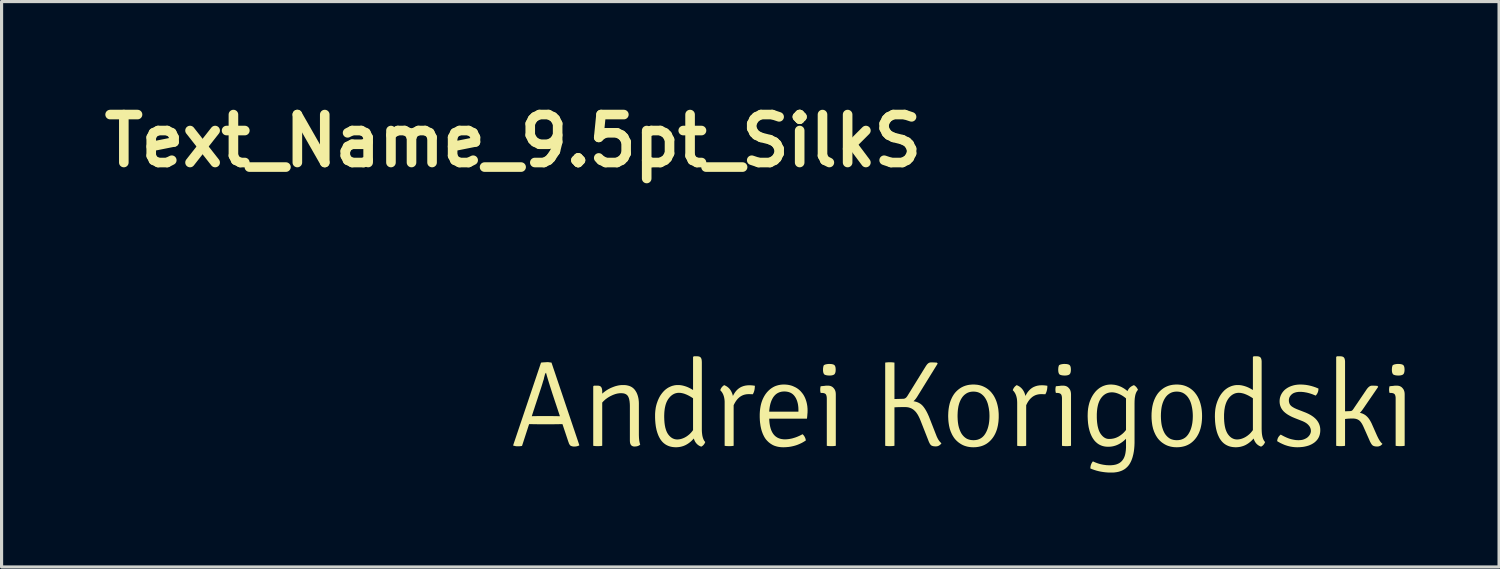
<source format=kicad_pcb>
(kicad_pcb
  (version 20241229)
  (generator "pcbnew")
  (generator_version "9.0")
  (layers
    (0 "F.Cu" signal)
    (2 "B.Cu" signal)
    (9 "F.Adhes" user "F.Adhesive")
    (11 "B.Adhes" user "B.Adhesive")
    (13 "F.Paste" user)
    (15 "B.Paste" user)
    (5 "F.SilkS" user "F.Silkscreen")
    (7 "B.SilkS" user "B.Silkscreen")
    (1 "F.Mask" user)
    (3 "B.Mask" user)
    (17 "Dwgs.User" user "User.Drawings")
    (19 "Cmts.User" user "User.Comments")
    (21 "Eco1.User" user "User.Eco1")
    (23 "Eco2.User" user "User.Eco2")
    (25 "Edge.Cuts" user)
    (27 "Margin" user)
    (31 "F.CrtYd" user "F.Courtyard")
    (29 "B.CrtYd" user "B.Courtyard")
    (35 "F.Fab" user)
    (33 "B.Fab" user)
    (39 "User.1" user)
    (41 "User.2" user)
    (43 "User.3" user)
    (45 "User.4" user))
  (footprint "Text_Name_9.5pt_SilkS"
    (layer "F.Cu")
    (at 13.259 11.135)
    (property "Reference" "Text_Name_9.5pt_SilkS" (at 0 -9.709 0) (layer "F.SilkS") (effects (font (size 1.524 1.524) (thickness 0.305))))
    (attr smd)
    (fp_poly (pts (xy 9.877 -2.578) (xy 9.891 -2.586) (xy 9.907 -2.594) (xy 9.924 -2.6) (xy 9.942 -2.605) (xy 9.962 -2.609) (xy 9.983 -2.613) (xy 10.006 -2.615) (xy 10.03 -2.617) (xy 10.055 -2.617) (xy 10.082 -2.616) (xy 10.106 -2.615) (xy 10.129 -2.612) (xy 10.15 -2.608) (xy 10.168 -2.603) (xy 10.184 -2.597) (xy 10.198 -2.59) (xy 10.209 -2.582) (xy 10.219 -2.572) (xy 10.228 -2.56) (xy 10.235 -2.545) (xy 10.241 -2.528) (xy 10.246 -2.508) (xy 10.249 -2.486) (xy 10.251 -2.462) (xy 10.252 -2.435) (xy 10.251 -2.408) (xy 10.249 -2.384) (xy 10.246 -2.361) (xy 10.24 -2.341) (xy 10.234 -2.324) (xy 10.226 -2.308) (xy 10.217 -2.295) (xy 10.206 -2.284) (xy 10.191 -2.275) (xy 10.174 -2.267) (xy 10.155 -2.261) (xy 10.134 -2.256) (xy 10.11 -2.252) (xy 10.083 -2.25) (xy 10.055 -2.249) (xy 10.029 -2.25) (xy 10.004 -2.252) (xy 9.981 -2.254) (xy 9.96 -2.258) (xy 9.94 -2.263) (xy 9.921 -2.269) (xy 9.904 -2.276) (xy 9.892 -2.284) (xy 9.882 -2.295) (xy 9.874 -2.308) (xy 9.866 -2.323) (xy 9.86 -2.341) (xy 9.856 -2.361) (xy 9.852 -2.383) (xy 9.85 -2.408) (xy 9.85 -2.435) (xy 9.85 -2.46) (xy 9.852 -2.483) (xy 9.855 -2.505) (xy 9.858 -2.525) (xy 9.863 -2.544) (xy 9.869 -2.562) (xy 9.877 -2.578) (xy 9.877 -2.578)) (stroke (width 0) (type solid)) (fill yes) (layer "F.SilkS"))
    (fp_poly (pts (xy 17.352 -2.578) (xy 17.367 -2.586) (xy 17.383 -2.594) (xy 17.4 -2.6) (xy 17.418 -2.605) (xy 17.438 -2.609) (xy 17.459 -2.613) (xy 17.482 -2.615) (xy 17.505 -2.617) (xy 17.53 -2.617) (xy 17.557 -2.616) (xy 17.582 -2.615) (xy 17.605 -2.612) (xy 17.625 -2.608) (xy 17.644 -2.603) (xy 17.66 -2.597) (xy 17.674 -2.59) (xy 17.685 -2.582) (xy 17.695 -2.572) (xy 17.704 -2.56) (xy 17.711 -2.545) (xy 17.717 -2.528) (xy 17.722 -2.508) (xy 17.725 -2.486) (xy 17.727 -2.462) (xy 17.728 -2.435) (xy 17.727 -2.408) (xy 17.725 -2.384) (xy 17.721 -2.361) (xy 17.716 -2.341) (xy 17.71 -2.324) (xy 17.702 -2.308) (xy 17.692 -2.295) (xy 17.681 -2.284) (xy 17.667 -2.275) (xy 17.65 -2.267) (xy 17.631 -2.261) (xy 17.609 -2.256) (xy 17.585 -2.252) (xy 17.559 -2.25) (xy 17.53 -2.249) (xy 17.505 -2.25) (xy 17.48 -2.252) (xy 17.457 -2.254) (xy 17.436 -2.258) (xy 17.416 -2.263) (xy 17.397 -2.269) (xy 17.379 -2.276) (xy 17.368 -2.284) (xy 17.358 -2.295) (xy 17.349 -2.308) (xy 17.342 -2.323) (xy 17.336 -2.341) (xy 17.331 -2.361) (xy 17.328 -2.383) (xy 17.326 -2.408) (xy 17.325 -2.435) (xy 17.326 -2.46) (xy 17.328 -2.483) (xy 17.33 -2.505) (xy 17.334 -2.525) (xy 17.339 -2.544) (xy 17.345 -2.562) (xy 17.352 -2.578) (xy 17.352 -2.578)) (stroke (width 0) (type solid)) (fill yes) (layer "F.SilkS"))
    (fp_poly (pts (xy 10.256 -1.649) (xy 10.256 -0.016) (xy 10.239 -0.013) (xy 10.221 -0.011) (xy 10.201 -0.008) (xy 10.181 -0.007) (xy 10.159 -0.006) (xy 10.137 -0.005) (xy 10.113 -0.005) (xy 10.089 -0.005) (xy 10.066 -0.006) (xy 10.045 -0.007) (xy 10.024 -0.008) (xy 10.005 -0.011) (xy 9.987 -0.013) (xy 9.97 -0.016) (xy 9.97 -1.51) (xy 9.969 -1.54) (xy 9.967 -1.566) (xy 9.963 -1.59) (xy 9.958 -1.611) (xy 9.952 -1.629) (xy 9.944 -1.645) (xy 9.935 -1.657) (xy 9.922 -1.669) (xy 9.905 -1.679) (xy 9.886 -1.686) (xy 9.864 -1.692) (xy 9.839 -1.695) (xy 9.811 -1.696) (xy 9.776 -1.696) (xy 9.77 -1.714) (xy 9.766 -1.733) (xy 9.763 -1.754) (xy 9.761 -1.776) (xy 9.761 -1.8) (xy 9.761 -1.825) (xy 9.763 -1.847) (xy 9.766 -1.869) (xy 9.77 -1.89) (xy 9.776 -1.909) (xy 9.8 -1.911) (xy 9.822 -1.913) (xy 9.843 -1.916) (xy 9.862 -1.917) (xy 9.88 -1.919) (xy 9.896 -1.92) (xy 9.918 -1.924) (xy 9.938 -1.926) (xy 9.955 -1.928) (xy 9.97 -1.928) (xy 10.001 -1.928) (xy 10.024 -1.927) (xy 10.046 -1.925) (xy 10.068 -1.921) (xy 10.088 -1.916) (xy 10.107 -1.909) (xy 10.125 -1.9) (xy 10.142 -1.89) (xy 10.158 -1.879) (xy 10.173 -1.865) (xy 10.186 -1.851) (xy 10.2 -1.835) (xy 10.211 -1.819) (xy 10.222 -1.802) (xy 10.231 -1.783) (xy 10.239 -1.764) (xy 10.245 -1.743) (xy 10.25 -1.721) (xy 10.253 -1.698) (xy 10.255 -1.674) (xy 10.256 -1.649) (xy 10.256 -1.649)) (stroke (width 0) (type solid)) (fill yes) (layer "F.SilkS"))
    (fp_poly (pts (xy 17.732 -1.649) (xy 17.732 -0.016) (xy 17.715 -0.013) (xy 17.696 -0.011) (xy 17.677 -0.008) (xy 17.656 -0.007) (xy 17.635 -0.006) (xy 17.612 -0.005) (xy 17.588 -0.005) (xy 17.565 -0.005) (xy 17.542 -0.006) (xy 17.52 -0.007) (xy 17.5 -0.008) (xy 17.481 -0.011) (xy 17.462 -0.013) (xy 17.445 -0.016) (xy 17.445 -1.51) (xy 17.445 -1.54) (xy 17.442 -1.566) (xy 17.439 -1.59) (xy 17.434 -1.611) (xy 17.428 -1.629) (xy 17.42 -1.645) (xy 17.41 -1.657) (xy 17.397 -1.669) (xy 17.381 -1.679) (xy 17.362 -1.686) (xy 17.34 -1.692) (xy 17.315 -1.695) (xy 17.287 -1.696) (xy 17.252 -1.696) (xy 17.246 -1.714) (xy 17.242 -1.733) (xy 17.239 -1.754) (xy 17.237 -1.776) (xy 17.236 -1.8) (xy 17.237 -1.825) (xy 17.239 -1.847) (xy 17.242 -1.869) (xy 17.246 -1.89) (xy 17.252 -1.909) (xy 17.276 -1.911) (xy 17.298 -1.913) (xy 17.319 -1.916) (xy 17.338 -1.917) (xy 17.356 -1.919) (xy 17.372 -1.92) (xy 17.394 -1.924) (xy 17.413 -1.926) (xy 17.431 -1.928) (xy 17.445 -1.928) (xy 17.476 -1.928) (xy 17.5 -1.927) (xy 17.522 -1.925) (xy 17.543 -1.921) (xy 17.564 -1.916) (xy 17.583 -1.909) (xy 17.601 -1.9) (xy 17.618 -1.89) (xy 17.634 -1.879) (xy 17.648 -1.865) (xy 17.662 -1.851) (xy 17.675 -1.835) (xy 17.687 -1.819) (xy 17.698 -1.802) (xy 17.707 -1.783) (xy 17.714 -1.764) (xy 17.721 -1.743) (xy 17.725 -1.721) (xy 17.729 -1.698) (xy 17.731 -1.674) (xy 17.732 -1.649) (xy 17.732 -1.649)) (stroke (width 0) (type solid)) (fill yes) (layer "F.SilkS"))
    (fp_poly (pts (xy 28.337 -1.649) (xy 28.337 -0.016) (xy 28.32 -0.013) (xy 28.301 -0.011) (xy 28.282 -0.008) (xy 28.262 -0.007) (xy 28.24 -0.006) (xy 28.217 -0.005) (xy 28.194 -0.005) (xy 28.17 -0.005) (xy 28.147 -0.006) (xy 28.126 -0.007) (xy 28.105 -0.008) (xy 28.086 -0.011) (xy 28.068 -0.013) (xy 28.05 -0.016) (xy 28.05 -1.51) (xy 28.05 -1.54) (xy 28.048 -1.566) (xy 28.044 -1.59) (xy 28.039 -1.611) (xy 28.033 -1.629) (xy 28.025 -1.645) (xy 28.016 -1.657) (xy 28.002 -1.669) (xy 27.986 -1.679) (xy 27.967 -1.686) (xy 27.945 -1.692) (xy 27.92 -1.695) (xy 27.892 -1.696) (xy 27.857 -1.696) (xy 27.851 -1.714) (xy 27.847 -1.733) (xy 27.844 -1.754) (xy 27.842 -1.776) (xy 27.841 -1.8) (xy 27.842 -1.825) (xy 27.844 -1.847) (xy 27.931 -2.46) (xy 27.933 -2.483) (xy 27.935 -2.505) (xy 27.939 -2.525) (xy 27.944 -2.544) (xy 27.95 -2.562) (xy 27.958 -2.578) (xy 27.958 -2.578) (xy 27.972 -2.586) (xy 27.988 -2.594) (xy 28.005 -2.6) (xy 28.023 -2.605) (xy 28.043 -2.609) (xy 28.064 -2.613) (xy 28.087 -2.615) (xy 28.11 -2.617) (xy 28.136 -2.617) (xy 28.163 -2.616) (xy 28.187 -2.615) (xy 28.21 -2.612) (xy 28.23 -2.608) (xy 28.249 -2.603) (xy 28.265 -2.597) (xy 28.279 -2.59) (xy 28.29 -2.582) (xy 28.3 -2.572) (xy 28.309 -2.56) (xy 28.316 -2.545) (xy 28.322 -2.528) (xy 28.327 -2.508) (xy 28.33 -2.486) (xy 28.332 -2.462) (xy 28.333 -2.435) (xy 28.332 -2.408) (xy 28.33 -2.384) (xy 28.326 -2.361) (xy 28.321 -2.341) (xy 28.315 -2.324) (xy 28.307 -2.308) (xy 28.297 -2.295) (xy 28.286 -2.284) (xy 28.272 -2.275) (xy 28.255 -2.267) (xy 28.236 -2.261) (xy 28.214 -2.256) (xy 28.191 -2.252) (xy 28.164 -2.25) (xy 28.136 -2.249) (xy 28.11 -2.25) (xy 28.085 -2.252) (xy 28.062 -2.254) (xy 28.041 -2.258) (xy 28.021 -2.263) (xy 28.002 -2.269) (xy 27.985 -2.276) (xy 27.973 -2.285) (xy 27.963 -2.295) (xy 27.955 -2.308) (xy 27.947 -2.323) (xy 27.941 -2.341) (xy 27.936 -2.361) (xy 27.933 -2.383) (xy 27.931 -2.408) (xy 27.93 -2.435) (xy 27.931 -2.46) (xy 27.844 -1.847) (xy 27.847 -1.869) (xy 27.851 -1.89) (xy 27.857 -1.909) (xy 27.881 -1.911) (xy 27.903 -1.913) (xy 27.924 -1.916) (xy 27.943 -1.917) (xy 27.961 -1.919) (xy 27.977 -1.92) (xy 27.999 -1.924) (xy 28.018 -1.926) (xy 28.036 -1.928) (xy 28.05 -1.928) (xy 28.081 -1.928) (xy 28.105 -1.927) (xy 28.127 -1.925) (xy 28.148 -1.921) (xy 28.169 -1.916) (xy 28.188 -1.909) (xy 28.206 -1.9) (xy 28.223 -1.89) (xy 28.239 -1.879) (xy 28.253 -1.865) (xy 28.267 -1.851) (xy 28.28 -1.835) (xy 28.292 -1.819) (xy 28.303 -1.802) (xy 28.312 -1.783) (xy 28.319 -1.764) (xy 28.326 -1.743) (xy 28.331 -1.721) (xy 28.334 -1.698) (xy 28.336 -1.674) (xy 28.337 -1.649) (xy 28.337 -1.649)) (stroke (width 0) (type solid)) (fill yes) (layer "F.SilkS"))
    (fp_poly (pts (xy 6.584 -1.781) (xy 6.59 -1.801) (xy 6.597 -1.82) (xy 6.606 -1.838) (xy 6.617 -1.855) (xy 6.628 -1.872) (xy 6.641 -1.888) (xy 6.656 -1.903) (xy 6.672 -1.917) (xy 6.689 -1.931) (xy 6.708 -1.944) (xy 6.727 -1.936) (xy 6.746 -1.927) (xy 6.764 -1.918) (xy 6.781 -1.908) (xy 6.798 -1.897) (xy 6.814 -1.886) (xy 6.83 -1.873) (xy 6.845 -1.86) (xy 6.859 -1.847) (xy 6.873 -1.832) (xy 6.886 -1.817) (xy 6.898 -1.801) (xy 6.91 -1.784) (xy 6.921 -1.766) (xy 6.931 -1.748) (xy 6.941 -1.729) (xy 6.95 -1.709) (xy 6.959 -1.689) (xy 6.966 -1.668) (xy 6.974 -1.645) (xy 6.98 -1.623) (xy 6.986 -1.599) (xy 6.996 -1.62) (xy 7.007 -1.64) (xy 7.018 -1.66) (xy 7.029 -1.679) (xy 7.041 -1.697) (xy 7.053 -1.715) (xy 7.065 -1.732) (xy 7.078 -1.748) (xy 7.091 -1.764) (xy 7.105 -1.779) (xy 7.119 -1.793) (xy 7.134 -1.807) (xy 7.148 -1.82) (xy 7.164 -1.832) (xy 7.179 -1.844) (xy 7.195 -1.855) (xy 7.212 -1.865) (xy 7.228 -1.875) (xy 7.246 -1.884) (xy 7.263 -1.892) (xy 7.281 -1.899) (xy 7.3 -1.906) (xy 7.318 -1.913) (xy 7.337 -1.918) (xy 7.357 -1.923) (xy 7.377 -1.928) (xy 7.397 -1.931) (xy 7.418 -1.934) (xy 7.439 -1.937) (xy 7.461 -1.938) (xy 7.483 -1.939) (xy 7.505 -1.94) (xy 7.525 -1.939) (xy 7.546 -1.939) (xy 7.568 -1.938) (xy 7.59 -1.936) (xy 7.613 -1.934) (xy 7.635 -1.931) (xy 7.659 -1.928) (xy 7.683 -1.924) (xy 7.683 -1.899) (xy 7.681 -1.875) (xy 7.679 -1.851) (xy 7.677 -1.828) (xy 7.673 -1.805) (xy 7.669 -1.784) (xy 7.664 -1.763) (xy 7.658 -1.743) (xy 7.651 -1.723) (xy 7.644 -1.705) (xy 7.636 -1.687) (xy 7.627 -1.67) (xy 7.617 -1.653) (xy 7.6 -1.655) (xy 7.581 -1.655) (xy 7.56 -1.656) (xy 7.536 -1.657) (xy 7.51 -1.657) (xy 7.482 -1.657) (xy 7.461 -1.657) (xy 7.441 -1.656) (xy 7.42 -1.654) (xy 7.401 -1.651) (xy 7.381 -1.647) (xy 7.362 -1.643) (xy 7.344 -1.638) (xy 7.325 -1.632) (xy 7.307 -1.626) (xy 7.29 -1.618) (xy 7.273 -1.61) (xy 7.256 -1.601) (xy 7.239 -1.591) (xy 7.223 -1.581) (xy 7.207 -1.569) (xy 7.191 -1.557) (xy 7.176 -1.544) (xy 7.161 -1.53) (xy 7.147 -1.516) (xy 7.132 -1.501) (xy 7.119 -1.485) (xy 7.105 -1.468) (xy 7.092 -1.45) (xy 7.079 -1.432) (xy 7.067 -1.413) (xy 7.055 -1.393) (xy 7.043 -1.372) (xy 7.031 -1.35) (xy 7.02 -1.328) (xy 7.009 -1.305) (xy 7.009 -0.016) (xy 6.992 -0.013) (xy 6.974 -0.011) (xy 6.955 -0.008) (xy 6.934 -0.007) (xy 6.913 -0.006) (xy 6.89 -0.005) (xy 6.866 -0.005) (xy 6.843 -0.005) (xy 6.82 -0.006) (xy 6.798 -0.007) (xy 6.778 -0.008) (xy 6.758 -0.011) (xy 6.74 -0.013) (xy 6.723 -0.016) (xy 6.723 -1.386) (xy 6.723 -1.412) (xy 6.722 -1.438) (xy 6.72 -1.462) (xy 6.718 -1.486) (xy 6.714 -1.51) (xy 6.711 -1.532) (xy 6.706 -1.554) (xy 6.701 -1.576) (xy 6.695 -1.596) (xy 6.688 -1.617) (xy 6.681 -1.636) (xy 6.673 -1.655) (xy 6.664 -1.673) (xy 6.655 -1.69) (xy 6.645 -1.707) (xy 6.634 -1.723) (xy 6.622 -1.739) (xy 6.61 -1.753) (xy 6.597 -1.768) (xy 6.584 -1.781) (xy 6.584 -1.781)) (stroke (width 0) (type solid)) (fill yes) (layer "F.SilkS"))
    (fp_poly (pts (xy 15.881 -1.781) (xy 15.887 -1.801) (xy 15.895 -1.82) (xy 15.904 -1.838) (xy 15.914 -1.855) (xy 15.926 -1.872) (xy 15.939 -1.888) (xy 15.953 -1.903) (xy 15.969 -1.917) (xy 15.986 -1.931) (xy 16.005 -1.944) (xy 16.024 -1.936) (xy 16.043 -1.927) (xy 16.061 -1.918) (xy 16.079 -1.908) (xy 16.096 -1.897) (xy 16.112 -1.886) (xy 16.127 -1.873) (xy 16.142 -1.86) (xy 16.156 -1.847) (xy 16.17 -1.832) (xy 16.183 -1.817) (xy 16.195 -1.801) (xy 16.207 -1.784) (xy 16.218 -1.766) (xy 16.229 -1.748) (xy 16.238 -1.729) (xy 16.248 -1.709) (xy 16.256 -1.689) (xy 16.264 -1.668) (xy 16.271 -1.645) (xy 16.278 -1.623) (xy 16.284 -1.599) (xy 16.294 -1.62) (xy 16.304 -1.64) (xy 16.315 -1.66) (xy 16.327 -1.679) (xy 16.338 -1.697) (xy 16.35 -1.715) (xy 16.363 -1.732) (xy 16.376 -1.748) (xy 16.389 -1.764) (xy 16.403 -1.779) (xy 16.417 -1.793) (xy 16.431 -1.807) (xy 16.446 -1.82) (xy 16.461 -1.832) (xy 16.477 -1.844) (xy 16.493 -1.855) (xy 16.509 -1.865) (xy 16.526 -1.875) (xy 16.543 -1.884) (xy 16.561 -1.892) (xy 16.579 -1.899) (xy 16.597 -1.906) (xy 16.616 -1.913) (xy 16.635 -1.918) (xy 16.654 -1.923) (xy 16.674 -1.928) (xy 16.695 -1.931) (xy 16.715 -1.934) (xy 16.737 -1.937) (xy 16.758 -1.938) (xy 16.78 -1.939) (xy 16.802 -1.94) (xy 16.823 -1.939) (xy 16.844 -1.939) (xy 16.865 -1.938) (xy 16.887 -1.936) (xy 16.91 -1.934) (xy 16.933 -1.931) (xy 16.956 -1.928) (xy 16.98 -1.924) (xy 16.98 -1.899) (xy 16.979 -1.875) (xy 16.977 -1.851) (xy 16.974 -1.828) (xy 16.971 -1.805) (xy 16.966 -1.784) (xy 16.961 -1.763) (xy 16.955 -1.743) (xy 16.949 -1.723) (xy 16.941 -1.705) (xy 16.933 -1.687) (xy 16.924 -1.67) (xy 16.915 -1.653) (xy 16.898 -1.655) (xy 16.879 -1.655) (xy 16.857 -1.656) (xy 16.834 -1.657) (xy 16.808 -1.657) (xy 16.779 -1.657) (xy 16.758 -1.657) (xy 16.738 -1.656) (xy 16.718 -1.654) (xy 16.698 -1.651) (xy 16.679 -1.647) (xy 16.66 -1.643) (xy 16.641 -1.638) (xy 16.623 -1.632) (xy 16.605 -1.626) (xy 16.587 -1.618) (xy 16.57 -1.61) (xy 16.553 -1.601) (xy 16.536 -1.591) (xy 16.52 -1.581) (xy 16.504 -1.569) (xy 16.489 -1.557) (xy 16.474 -1.544) (xy 16.459 -1.53) (xy 16.444 -1.516) (xy 16.43 -1.501) (xy 16.416 -1.485) (xy 16.403 -1.468) (xy 16.389 -1.45) (xy 16.377 -1.432) (xy 16.364 -1.413) (xy 16.352 -1.393) (xy 16.34 -1.372) (xy 16.329 -1.35) (xy 16.318 -1.328) (xy 16.307 -1.305) (xy 16.307 -0.016) (xy 16.29 -0.013) (xy 16.272 -0.011) (xy 16.252 -0.008) (xy 16.232 -0.007) (xy 16.21 -0.006) (xy 16.187 -0.005) (xy 16.164 -0.005) (xy 16.14 -0.005) (xy 16.117 -0.006) (xy 16.096 -0.007) (xy 16.075 -0.008) (xy 16.056 -0.011) (xy 16.038 -0.013) (xy 16.021 -0.016) (xy 16.021 -1.386) (xy 16.02 -1.412) (xy 16.019 -1.438) (xy 16.017 -1.462) (xy 16.015 -1.486) (xy 16.012 -1.51) (xy 16.008 -1.532) (xy 16.003 -1.554) (xy 15.998 -1.576) (xy 15.992 -1.596) (xy 15.986 -1.617) (xy 15.978 -1.636) (xy 15.97 -1.655) (xy 15.962 -1.673) (xy 15.952 -1.69) (xy 15.942 -1.707) (xy 15.931 -1.723) (xy 15.92 -1.739) (xy 15.908 -1.753) (xy 15.895 -1.768) (xy 15.881 -1.781) (xy 15.881 -1.781)) (stroke (width 0) (type solid)) (fill yes) (layer "F.SilkS"))
    (fp_poly (pts (xy 27.294 -0.709) (xy 27.445 -0.368) (xy 27.457 -0.341) (xy 27.47 -0.314) (xy 27.482 -0.289) (xy 27.494 -0.265) (xy 27.506 -0.242) (xy 27.518 -0.221) (xy 27.53 -0.2) (xy 27.542 -0.182) (xy 27.553 -0.164) (xy 27.565 -0.148) (xy 27.576 -0.133) (xy 27.587 -0.12) (xy 27.598 -0.107) (xy 27.609 -0.096) (xy 27.62 -0.087) (xy 27.631 -0.078) (xy 27.618 -0.062) (xy 27.604 -0.048) (xy 27.589 -0.035) (xy 27.574 -0.024) (xy 27.557 -0.014) (xy 27.54 -0.007) (xy 27.521 -0.001) (xy 27.502 0.004) (xy 27.482 0.006) (xy 27.46 0.007) (xy 27.434 0.006) (xy 27.41 0.004) (xy 27.388 0.000433) (xy 27.367 -0.005) (xy 27.349 -0.011) (xy 27.333 -0.019) (xy 27.318 -0.029) (xy 27.306 -0.039) (xy 27.295 -0.052) (xy 27.284 -0.067) (xy 27.273 -0.083) (xy 27.262 -0.101) (xy 27.251 -0.122) (xy 27.239 -0.144) (xy 27.228 -0.168) (xy 27.217 -0.194) (xy 27.038 -0.597) (xy 27.026 -0.624) (xy 27.014 -0.65) (xy 27.001 -0.675) (xy 26.989 -0.698) (xy 26.977 -0.719) (xy 26.964 -0.739) (xy 26.951 -0.757) (xy 26.939 -0.774) (xy 26.926 -0.789) (xy 26.913 -0.803) (xy 26.9 -0.815) (xy 26.888 -0.825) (xy 26.872 -0.836) (xy 26.855 -0.846) (xy 26.837 -0.855) (xy 26.818 -0.862) (xy 26.798 -0.869) (xy 26.777 -0.874) (xy 26.755 -0.878) (xy 26.731 -0.881) (xy 26.707 -0.883) (xy 26.682 -0.883) (xy 26.659 -0.883) (xy 26.636 -0.883) (xy 26.614 -0.882) (xy 26.592 -0.881) (xy 26.57 -0.88) (xy 26.548 -0.879) (xy 26.526 -0.877) (xy 26.505 -0.875) (xy 26.484 -0.873) (xy 26.463 -0.87) (xy 26.442 -0.868) (xy 26.442 -0.016) (xy 26.425 -0.013) (xy 26.407 -0.011) (xy 26.388 -0.008) (xy 26.367 -0.007) (xy 26.346 -0.006) (xy 26.323 -0.005) (xy 26.299 -0.005) (xy 26.273 -0.005) (xy 26.248 -0.006) (xy 26.224 -0.008) (xy 26.201 -0.01) (xy 26.18 -0.013) (xy 26.16 -0.016) (xy 26.16 -2.838) (xy 26.183 -2.861) (xy 26.288 -2.861) (xy 26.313 -2.86) (xy 26.336 -2.857) (xy 26.356 -2.852) (xy 26.374 -2.846) (xy 26.389 -2.837) (xy 26.401 -2.827) (xy 26.412 -2.814) (xy 26.42 -2.801) (xy 26.427 -2.785) (xy 26.432 -2.767) (xy 26.437 -2.745) (xy 26.44 -2.722) (xy 26.442 -2.696) (xy 26.442 -2.667) (xy 26.442 -1.112) (xy 26.609 -1.119) (xy 26.626 -1.121) (xy 26.643 -1.125) (xy 26.658 -1.133) (xy 26.673 -1.143) (xy 26.686 -1.157) (xy 26.698 -1.173) (xy 27.112 -1.785) (xy 27.126 -1.806) (xy 27.14 -1.825) (xy 27.154 -1.843) (xy 27.167 -1.858) (xy 27.18 -1.872) (xy 27.193 -1.883) (xy 27.205 -1.893) (xy 27.223 -1.906) (xy 27.241 -1.916) (xy 27.262 -1.923) (xy 27.283 -1.927) (xy 27.306 -1.928) (xy 27.321 -1.928) (xy 27.338 -1.928) (xy 27.356 -1.927) (xy 27.376 -1.926) (xy 27.398 -1.925) (xy 27.421 -1.924) (xy 27.446 -1.922) (xy 27.472 -1.92) (xy 27.495 -1.889) (xy 27.004 -1.173) (xy 26.989 -1.153) (xy 26.976 -1.135) (xy 26.962 -1.118) (xy 26.949 -1.102) (xy 26.936 -1.088) (xy 26.923 -1.076) (xy 26.911 -1.065) (xy 26.934 -1.06) (xy 26.957 -1.053) (xy 26.979 -1.046) (xy 27.001 -1.038) (xy 27.022 -1.028) (xy 27.042 -1.018) (xy 27.061 -1.007) (xy 27.08 -0.995) (xy 27.098 -0.982) (xy 27.115 -0.968) (xy 27.131 -0.953) (xy 27.145 -0.94) (xy 27.158 -0.926) (xy 27.172 -0.911) (xy 27.185 -0.895) (xy 27.198 -0.878) (xy 27.21 -0.86) (xy 27.223 -0.842) (xy 27.235 -0.822) (xy 27.247 -0.801) (xy 27.259 -0.78) (xy 27.271 -0.757) (xy 27.283 -0.734) (xy 27.294 -0.709) (xy 27.294 -0.709)) (stroke (width 0) (type solid)) (fill yes) (layer "F.SilkS"))
    (fp_poly (pts (xy 13.614 -0.098) (xy 13.601 -0.08) (xy 13.588 -0.064) (xy 13.574 -0.05) (xy 13.559 -0.038) (xy 13.543 -0.027) (xy 13.527 -0.018) (xy 13.509 -0.01) (xy 13.491 -0.004) (xy 13.472 -0.000233) (xy 13.452 0.002) (xy 13.432 0.003) (xy 13.405 0.002) (xy 13.38 0.000433) (xy 13.357 -0.003) (xy 13.337 -0.008) (xy 13.319 -0.014) (xy 13.302 -0.021) (xy 13.289 -0.03) (xy 13.277 -0.039) (xy 13.266 -0.052) (xy 13.256 -0.066) (xy 13.245 -0.082) (xy 13.235 -0.1) (xy 13.225 -0.12) (xy 13.215 -0.142) (xy 13.205 -0.165) (xy 13.196 -0.19) (xy 12.948 -0.821) (xy 12.937 -0.847) (xy 12.927 -0.872) (xy 12.916 -0.896) (xy 12.905 -0.919) (xy 12.894 -0.941) (xy 12.883 -0.963) (xy 12.872 -0.983) (xy 12.861 -1.003) (xy 12.849 -1.022) (xy 12.837 -1.039) (xy 12.826 -1.056) (xy 12.814 -1.072) (xy 12.802 -1.088) (xy 12.789 -1.102) (xy 12.777 -1.115) (xy 12.764 -1.128) (xy 12.752 -1.139) (xy 12.739 -1.15) (xy 12.723 -1.164) (xy 12.706 -1.176) (xy 12.688 -1.187) (xy 12.67 -1.198) (xy 12.651 -1.207) (xy 12.631 -1.215) (xy 12.611 -1.223) (xy 12.59 -1.229) (xy 12.569 -1.235) (xy 12.547 -1.239) (xy 12.524 -1.243) (xy 12.501 -1.245) (xy 12.477 -1.246) (xy 12.452 -1.247) (xy 12.43 -1.247) (xy 12.407 -1.247) (xy 12.385 -1.247) (xy 12.362 -1.246) (xy 12.34 -1.246) (xy 12.317 -1.246) (xy 12.295 -1.245) (xy 12.273 -1.245) (xy 12.251 -1.244) (xy 12.229 -1.244) (xy 12.207 -1.243) (xy 12.185 -1.242) (xy 12.163 -1.241) (xy 12.141 -1.24) (xy 12.12 -1.239) (xy 12.12 -0.016) (xy 12.102 -0.013) (xy 12.084 -0.011) (xy 12.064 -0.008) (xy 12.043 -0.007) (xy 12.021 -0.006) (xy 11.997 -0.005) (xy 11.973 -0.005) (xy 11.948 -0.005) (xy 11.924 -0.006) (xy 11.902 -0.007) (xy 11.881 -0.008) (xy 11.861 -0.011) (xy 11.843 -0.013) (xy 11.826 -0.016) (xy 11.826 -2.66) (xy 11.843 -2.663) (xy 11.861 -2.665) (xy 11.881 -2.667) (xy 11.902 -2.669) (xy 11.924 -2.67) (xy 11.948 -2.671) (xy 11.973 -2.671) (xy 11.997 -2.671) (xy 12.021 -2.67) (xy 12.043 -2.669) (xy 12.064 -2.667) (xy 12.084 -2.665) (xy 12.102 -2.663) (xy 12.12 -2.66) (xy 12.12 -1.502) (xy 12.402 -1.51) (xy 12.42 -1.512) (xy 12.438 -1.516) (xy 12.455 -1.523) (xy 12.472 -1.533) (xy 12.488 -1.546) (xy 12.504 -1.562) (xy 12.519 -1.581) (xy 12.534 -1.603) (xy 13.103 -2.524) (xy 13.117 -2.546) (xy 13.13 -2.566) (xy 13.144 -2.585) (xy 13.156 -2.601) (xy 13.169 -2.615) (xy 13.18 -2.626) (xy 13.192 -2.636) (xy 13.208 -2.647) (xy 13.226 -2.656) (xy 13.246 -2.662) (xy 13.268 -2.666) (xy 13.292 -2.667) (xy 13.309 -2.667) (xy 13.327 -2.667) (xy 13.346 -2.666) (xy 13.368 -2.665) (xy 13.391 -2.664) (xy 13.416 -2.663) (xy 13.442 -2.661) (xy 13.47 -2.66) (xy 13.494 -2.629) (xy 12.843 -1.576) (xy 12.83 -1.556) (xy 12.817 -1.537) (xy 12.804 -1.519) (xy 12.791 -1.502) (xy 12.778 -1.486) (xy 12.764 -1.471) (xy 12.751 -1.457) (xy 12.737 -1.444) (xy 12.723 -1.433) (xy 12.748 -1.429) (xy 12.771 -1.424) (xy 12.794 -1.418) (xy 12.817 -1.412) (xy 12.838 -1.405) (xy 12.859 -1.397) (xy 12.879 -1.388) (xy 12.898 -1.379) (xy 12.917 -1.368) (xy 12.935 -1.357) (xy 12.952 -1.345) (xy 12.969 -1.332) (xy 12.984 -1.319) (xy 12.999 -1.305) (xy 13.014 -1.29) (xy 13.025 -1.277) (xy 13.037 -1.263) (xy 13.048 -1.249) (xy 13.06 -1.233) (xy 13.071 -1.217) (xy 13.083 -1.201) (xy 13.094 -1.183) (xy 13.106 -1.165) (xy 13.117 -1.145) (xy 13.129 -1.125) (xy 13.14 -1.105) (xy 13.151 -1.083) (xy 13.163 -1.061) (xy 13.174 -1.038) (xy 13.185 -1.014) (xy 13.196 -0.989) (xy 13.208 -0.964) (xy 13.219 -0.937) (xy 13.455 -0.334) (xy 13.465 -0.309) (xy 13.476 -0.286) (xy 13.487 -0.263) (xy 13.498 -0.242) (xy 13.509 -0.222) (xy 13.521 -0.203) (xy 13.534 -0.184) (xy 13.546 -0.167) (xy 13.559 -0.151) (xy 13.572 -0.136) (xy 13.586 -0.122) (xy 13.599 -0.109) (xy 13.614 -0.098) (xy 13.614 -0.098)) (stroke (width 0) (type solid)) (fill yes) (layer "F.SilkS"))
    (fp_poly (pts (xy 3.997 -1.344) (xy 3.997 -0.384) (xy 3.997 -0.355) (xy 3.998 -0.327) (xy 3.999 -0.3) (xy 4 -0.274) (xy 4.002 -0.249) (xy 4.004 -0.225) (xy 4.007 -0.202) (xy 4.009 -0.181) (xy 4.013 -0.16) (xy 4.016 -0.14) (xy 4.02 -0.121) (xy 4.025 -0.103) (xy 4.029 -0.086) (xy 4.034 -0.07) (xy 4.04 -0.055) (xy 4.025 -0.042) (xy 4.009 -0.03) (xy 3.992 -0.021) (xy 3.973 -0.012) (xy 3.953 -0.005) (xy 3.932 0.000083) (xy 3.908 0.004) (xy 3.884 0.006) (xy 3.858 0.007) (xy 3.839 0.006) (xy 3.821 0.004) (xy 3.805 -0.001) (xy 3.79 -0.007) (xy 3.776 -0.014) (xy 3.764 -0.023) (xy 3.753 -0.034) (xy 3.743 -0.047) (xy 3.734 -0.061) (xy 3.727 -0.077) (xy 3.721 -0.095) (xy 3.717 -0.114) (xy 3.714 -0.135) (xy 3.712 -0.158) (xy 3.711 -0.183) (xy 3.711 -1.255) (xy 3.711 -1.286) (xy 3.71 -1.315) (xy 3.709 -1.344) (xy 3.707 -1.371) (xy 3.704 -1.397) (xy 3.702 -1.421) (xy 3.698 -1.445) (xy 3.694 -1.467) (xy 3.69 -1.488) (xy 3.685 -1.508) (xy 3.68 -1.526) (xy 3.674 -1.543) (xy 3.667 -1.559) (xy 3.66 -1.574) (xy 3.653 -1.588) (xy 3.642 -1.604) (xy 3.631 -1.618) (xy 3.617 -1.632) (xy 3.603 -1.643) (xy 3.586 -1.654) (xy 3.569 -1.663) (xy 3.55 -1.671) (xy 3.529 -1.677) (xy 3.507 -1.682) (xy 3.484 -1.685) (xy 3.459 -1.687) (xy 3.432 -1.688) (xy 3.412 -1.688) (xy 3.391 -1.687) (xy 3.37 -1.685) (xy 3.349 -1.682) (xy 3.328 -1.679) (xy 3.307 -1.675) (xy 3.285 -1.67) (xy 3.264 -1.664) (xy 3.242 -1.658) (xy 3.221 -1.65) (xy 3.199 -1.642) (xy 3.177 -1.634) (xy 3.155 -1.624) (xy 3.133 -1.614) (xy 3.111 -1.603) (xy 3.09 -1.593) (xy 3.07 -1.582) (xy 3.051 -1.571) (xy 3.031 -1.559) (xy 3.012 -1.547) (xy 2.994 -1.535) (xy 2.976 -1.522) (xy 2.958 -1.509) (xy 2.941 -1.496) (xy 2.924 -1.482) (xy 2.908 -1.467) (xy 2.892 -1.453) (xy 2.876 -1.438) (xy 2.861 -1.422) (xy 2.847 -1.406) (xy 2.832 -1.39) (xy 2.832 -0.016) (xy 2.815 -0.013) (xy 2.797 -0.011) (xy 2.778 -0.008) (xy 2.757 -0.007) (xy 2.736 -0.006) (xy 2.713 -0.005) (xy 2.689 -0.005) (xy 2.665 -0.005) (xy 2.643 -0.006) (xy 2.621 -0.007) (xy 2.601 -0.008) (xy 2.581 -0.011) (xy 2.563 -0.013) (xy 2.546 -0.016) (xy 2.546 -1.905) (xy 2.569 -1.928) (xy 2.678 -1.928) (xy 2.703 -1.927) (xy 2.726 -1.924) (xy 2.746 -1.919) (xy 2.764 -1.912) (xy 2.779 -1.902) (xy 2.791 -1.891) (xy 2.801 -1.878) (xy 2.81 -1.863) (xy 2.817 -1.847) (xy 2.822 -1.827) (xy 2.827 -1.806) (xy 2.83 -1.782) (xy 2.832 -1.756) (xy 2.832 -1.727) (xy 2.832 -1.673) (xy 2.849 -1.688) (xy 2.866 -1.703) (xy 2.883 -1.717) (xy 2.901 -1.731) (xy 2.919 -1.745) (xy 2.938 -1.758) (xy 2.956 -1.771) (xy 2.976 -1.784) (xy 2.995 -1.796) (xy 3.015 -1.808) (xy 3.035 -1.819) (xy 3.056 -1.83) (xy 3.077 -1.841) (xy 3.098 -1.851) (xy 3.12 -1.861) (xy 3.142 -1.87) (xy 3.164 -1.879) (xy 3.187 -1.888) (xy 3.209 -1.896) (xy 3.231 -1.904) (xy 3.253 -1.911) (xy 3.276 -1.917) (xy 3.298 -1.923) (xy 3.32 -1.928) (xy 3.342 -1.933) (xy 3.365 -1.937) (xy 3.387 -1.94) (xy 3.409 -1.943) (xy 3.431 -1.945) (xy 3.454 -1.946) (xy 3.476 -1.947) (xy 3.498 -1.947) (xy 3.524 -1.947) (xy 3.549 -1.946) (xy 3.573 -1.944) (xy 3.596 -1.941) (xy 3.619 -1.937) (xy 3.641 -1.932) (xy 3.662 -1.927) (xy 3.683 -1.921) (xy 3.703 -1.914) (xy 3.723 -1.906) (xy 3.741 -1.897) (xy 3.759 -1.888) (xy 3.776 -1.877) (xy 3.793 -1.866) (xy 3.809 -1.854) (xy 3.824 -1.841) (xy 3.838 -1.827) (xy 3.852 -1.813) (xy 3.865 -1.797) (xy 3.877 -1.781) (xy 3.888 -1.765) (xy 3.899 -1.748) (xy 3.909 -1.731) (xy 3.919 -1.714) (xy 3.928 -1.696) (xy 3.936 -1.677) (xy 3.944 -1.658) (xy 3.951 -1.639) (xy 3.958 -1.619) (xy 3.964 -1.599) (xy 3.97 -1.578) (xy 3.975 -1.557) (xy 3.98 -1.535) (xy 3.984 -1.513) (xy 3.988 -1.49) (xy 3.99 -1.467) (xy 3.993 -1.443) (xy 3.995 -1.419) (xy 3.996 -1.394) (xy 3.997 -1.369) (xy 3.997 -1.344) (xy 3.997 -1.344)) (stroke (width 0) (type solid)) (fill yes) (layer "F.SilkS"))
    (fp_poly (pts (xy 1.111 -2.674) (xy 1.046 -2.338) (xy 1.05 -2.323) (xy 1.054 -2.306) (xy 1.059 -2.289) (xy 1.064 -2.27) (xy 1.07 -2.251) (xy 1.075 -2.231) (xy 1.082 -2.21) (xy 1.088 -2.188) (xy 1.095 -2.166) (xy 1.102 -2.142) (xy 1.109 -2.118) (xy 1.116 -2.094) (xy 1.124 -2.069) (xy 1.132 -2.043) (xy 1.14 -2.016) (xy 1.147 -1.995) (xy 1.153 -1.975) (xy 1.16 -1.954) (xy 1.166 -1.933) (xy 1.173 -1.912) (xy 1.179 -1.892) (xy 1.186 -1.871) (xy 1.193 -1.85) (xy 1.199 -1.83) (xy 1.206 -1.809) (xy 1.212 -1.789) (xy 1.218 -1.77) (xy 1.224 -1.752) (xy 1.23 -1.733) (xy 1.236 -1.714) (xy 1.243 -1.692) (xy 1.254 -1.658) (xy 1.261 -1.637) (xy 1.269 -1.615) (xy 1.276 -1.593) (xy 1.283 -1.571) (xy 1.29 -1.549) (xy 1.298 -1.527) (xy 1.305 -1.505) (xy 1.312 -1.483) (xy 1.319 -1.461) (xy 1.327 -1.439) (xy 1.334 -1.417) (xy 1.341 -1.395) (xy 1.349 -1.373) (xy 1.356 -1.351) (xy 1.363 -1.33) (xy 1.371 -1.308) (xy 1.378 -1.286) (xy 1.385 -1.264) (xy 1.392 -1.242) (xy 1.4 -1.22) (xy 1.407 -1.198) (xy 1.414 -1.176) (xy 1.422 -1.154) (xy 1.429 -1.132) (xy 1.436 -1.11) (xy 1.443 -1.088) (xy 1.451 -1.066) (xy 1.458 -1.045) (xy 1.465 -1.023) (xy 1.472 -1.001) (xy 1.48 -0.979) (xy 1.487 -0.957) (xy 1.466 -0.957) (xy 1.445 -0.957) (xy 1.424 -0.957) (xy 1.403 -0.958) (xy 1.382 -0.958) (xy 1.361 -0.958) (xy 1.34 -0.958) (xy 1.319 -0.958) (xy 1.294 -0.959) (xy 1.273 -0.96) (xy 1.262 -0.961) (xy 1.059 -0.961) (xy 1.04 -0.961) (xy 1.02 -0.961) (xy 0.817 -0.961) (xy 0.593 -0.957) (xy 0.6 -0.978) (xy 0.607 -1) (xy 0.614 -1.022) (xy 0.621 -1.044) (xy 0.628 -1.065) (xy 0.635 -1.087) (xy 0.642 -1.109) (xy 0.649 -1.131) (xy 0.656 -1.152) (xy 0.664 -1.174) (xy 0.671 -1.196) (xy 0.678 -1.217) (xy 0.685 -1.239) (xy 0.692 -1.261) (xy 0.699 -1.283) (xy 0.706 -1.304) (xy 0.713 -1.326) (xy 0.721 -1.348) (xy 0.728 -1.369) (xy 0.735 -1.391) (xy 0.742 -1.413) (xy 0.749 -1.435) (xy 0.756 -1.456) (xy 0.764 -1.478) (xy 0.771 -1.5) (xy 0.778 -1.521) (xy 0.785 -1.543) (xy 0.792 -1.565) (xy 0.895 -1.878) (xy 0.901 -1.897) (xy 0.908 -1.918) (xy 0.914 -1.939) (xy 0.921 -1.961) (xy 0.928 -1.983) (xy 0.935 -2.006) (xy 0.942 -2.03) (xy 0.949 -2.055) (xy 0.956 -2.08) (xy 0.963 -2.097) (xy 0.969 -2.115) (xy 0.975 -2.135) (xy 0.979 -2.154) (xy 0.983 -2.175) (xy 0.987 -2.195) (xy 0.993 -2.214) (xy 0.998 -2.233) (xy 1.003 -2.252) (xy 1.008 -2.271) (xy 1.013 -2.291) (xy 1.022 -2.309) (xy 1.033 -2.325) (xy 1.046 -2.338) (xy 1.046 -2.338) (xy 1.111 -2.674) (xy 1.091 -2.675) (xy 1.07 -2.674) (xy 1.05 -2.673) (xy 1.029 -2.671) (xy 1.008 -2.67) (xy 0.985 -2.669) (xy 0.963 -2.668) (xy 0.942 -2.666) (xy 0.922 -2.664) (xy 0.904 -2.662) (xy 0.887 -2.66) (xy 0.001 -0.032) (xy 0.008 -0.02) (xy 0.029 -0.016) (xy 0.049 -0.012) (xy 0.069 -0.007) (xy 0.09 -0.003) (xy 0.112 -0.001) (xy 0.135 -0.000402) (xy 0.158 -0.001) (xy 0.159 -0.001) (xy 0.183 -0.001) (xy 0.206 -0.002) (xy 0.227 -0.004) (xy 0.247 -0.006) (xy 0.266 -0.009) (xy 0.283 -0.012) (xy 0.508 -0.705) (xy 0.778 -0.701) (xy 0.994 -0.701) (xy 1.016 -0.701) (xy 1.038 -0.701) (xy 1.06 -0.701) (xy 1.082 -0.701) (xy 1.297 -0.701) (xy 1.568 -0.705) (xy 1.754 -0.148) (xy 1.759 -0.133) (xy 1.765 -0.12) (xy 1.77 -0.103) (xy 1.776 -0.087) (xy 1.78 -0.079) (xy 1.793 -0.057) (xy 1.806 -0.038) (xy 1.82 -0.024) (xy 1.835 -0.014) (xy 1.853 -0.007) (xy 1.875 -0.001) (xy 1.893 0.004) (xy 1.912 0.007) (xy 1.932 0.008) (xy 1.952 0.008) (xy 1.972 0.007) (xy 1.992 0.005) (xy 2.006 0.003) (xy 2.019 0.000315) (xy 2.043 -0.005) (xy 2.066 -0.012) (xy 2.086 -0.021) (xy 2.106 -0.032) (xy 2.098 -0.054) (xy 2.091 -0.076) (xy 2.083 -0.099) (xy 2.076 -0.121) (xy 2.068 -0.143) (xy 2.061 -0.166) (xy 2.053 -0.188) (xy 2.046 -0.21) (xy 2.038 -0.232) (xy 2.031 -0.255) (xy 2.023 -0.277) (xy 2.016 -0.299) (xy 2.008 -0.322) (xy 2.001 -0.344) (xy 1.993 -0.366) (xy 1.986 -0.388) (xy 1.978 -0.411) (xy 1.971 -0.433) (xy 1.963 -0.455) (xy 1.956 -0.478) (xy 1.948 -0.5) (xy 1.941 -0.522) (xy 1.933 -0.545) (xy 1.925 -0.567) (xy 1.918 -0.589) (xy 1.91 -0.611) (xy 1.903 -0.634) (xy 1.895 -0.656) (xy 1.888 -0.678) (xy 1.88 -0.701) (xy 1.873 -0.723) (xy 1.865 -0.745) (xy 1.858 -0.767) (xy 1.85 -0.79) (xy 1.843 -0.812) (xy 1.835 -0.834) (xy 1.828 -0.857) (xy 1.82 -0.879) (xy 1.813 -0.901) (xy 1.805 -0.924) (xy 1.798 -0.946) (xy 1.79 -0.968) (xy 1.783 -0.99) (xy 1.775 -1.013) (xy 1.768 -1.035) (xy 1.76 -1.057) (xy 1.753 -1.08) (xy 1.745 -1.102) (xy 1.738 -1.124) (xy 1.73 -1.147) (xy 1.722 -1.169) (xy 1.715 -1.191) (xy 1.707 -1.213) (xy 1.7 -1.236) (xy 1.692 -1.258) (xy 1.685 -1.28) (xy 1.677 -1.303) (xy 1.67 -1.325) (xy 1.662 -1.347) (xy 1.655 -1.369) (xy 1.647 -1.392) (xy 1.64 -1.414) (xy 1.632 -1.436) (xy 1.625 -1.459) (xy 1.617 -1.481) (xy 1.61 -1.503) (xy 1.602 -1.526) (xy 1.595 -1.548) (xy 1.587 -1.57) (xy 1.58 -1.592) (xy 1.572 -1.615) (xy 1.565 -1.637) (xy 1.557 -1.659) (xy 1.55 -1.682) (xy 1.542 -1.704) (xy 1.535 -1.726) (xy 1.527 -1.748) (xy 1.52 -1.771) (xy 1.512 -1.793) (xy 1.504 -1.815) (xy 1.497 -1.838) (xy 1.489 -1.86) (xy 1.482 -1.882) (xy 1.474 -1.905) (xy 1.467 -1.927) (xy 1.459 -1.949) (xy 1.452 -1.971) (xy 1.444 -1.994) (xy 1.437 -2.016) (xy 1.429 -2.038) (xy 1.422 -2.061) (xy 1.414 -2.083) (xy 1.407 -2.105) (xy 1.399 -2.127) (xy 1.392 -2.15) (xy 1.384 -2.172) (xy 1.377 -2.194) (xy 1.369 -2.217) (xy 1.362 -2.239) (xy 1.354 -2.261) (xy 1.347 -2.284) (xy 1.339 -2.306) (xy 1.332 -2.328) (xy 1.324 -2.35) (xy 1.317 -2.373) (xy 1.309 -2.395) (xy 1.301 -2.417) (xy 1.294 -2.44) (xy 1.286 -2.462) (xy 1.279 -2.484) (xy 1.271 -2.507) (xy 1.264 -2.529) (xy 1.256 -2.551) (xy 1.249 -2.573) (xy 1.241 -2.596) (xy 1.234 -2.618) (xy 1.226 -2.64) (xy 1.22 -2.66) (xy 1.203 -2.663) (xy 1.184 -2.665) (xy 1.163 -2.667) (xy 1.146 -2.671) (xy 1.129 -2.673) (xy 1.111 -2.674) (xy 1.111 -2.674)) (stroke (width 0) (type solid)) (fill yes) (layer "F.SilkS"))
    (fp_poly (pts (xy 23.029 -1.947) (xy 23.513 -1.526) (xy 23.49 -1.541) (xy 23.467 -1.556) (xy 23.444 -1.57) (xy 23.422 -1.583) (xy 23.4 -1.596) (xy 23.378 -1.608) (xy 23.357 -1.619) (xy 23.335 -1.629) (xy 23.314 -1.639) (xy 23.293 -1.648) (xy 23.273 -1.656) (xy 23.253 -1.664) (xy 23.233 -1.671) (xy 23.213 -1.677) (xy 23.193 -1.682) (xy 23.174 -1.687) (xy 23.155 -1.691) (xy 23.136 -1.694) (xy 23.118 -1.697) (xy 23.1 -1.698) (xy 23.082 -1.699) (xy 23.064 -1.7) (xy 23.043 -1.699) (xy 23.023 -1.698) (xy 23.003 -1.695) (xy 22.984 -1.691) (xy 22.964 -1.687) (xy 22.945 -1.681) (xy 22.927 -1.674) (xy 22.909 -1.666) (xy 22.891 -1.657) (xy 22.873 -1.647) (xy 22.856 -1.636) (xy 22.839 -1.624) (xy 22.823 -1.611) (xy 22.807 -1.597) (xy 22.791 -1.582) (xy 22.775 -1.565) (xy 22.76 -1.548) (xy 22.745 -1.53) (xy 22.731 -1.51) (xy 22.721 -1.496) (xy 22.711 -1.48) (xy 22.702 -1.465) (xy 22.693 -1.448) (xy 22.684 -1.432) (xy 22.676 -1.414) (xy 22.668 -1.396) (xy 22.661 -1.378) (xy 22.654 -1.359) (xy 22.647 -1.339) (xy 22.641 -1.319) (xy 22.635 -1.298) (xy 22.629 -1.277) (xy 22.624 -1.255) (xy 22.62 -1.233) (xy 22.616 -1.21) (xy 22.612 -1.186) (xy 22.608 -1.162) (xy 22.605 -1.137) (xy 22.603 -1.112) (xy 22.601 -1.086) (xy 22.599 -1.06) (xy 22.597 -1.033) (xy 22.596 -1.006) (xy 22.596 -0.978) (xy 22.596 -0.949) (xy 22.596 -0.919) (xy 22.596 -0.89) (xy 22.597 -0.862) (xy 22.599 -0.834) (xy 22.6 -0.807) (xy 22.602 -0.78) (xy 22.605 -0.754) (xy 22.607 -0.729) (xy 22.611 -0.704) (xy 22.614 -0.68) (xy 22.618 -0.657) (xy 22.622 -0.634) (xy 22.627 -0.612) (xy 22.632 -0.59) (xy 22.637 -0.57) (xy 22.643 -0.549) (xy 22.649 -0.53) (xy 22.656 -0.511) (xy 22.663 -0.492) (xy 22.67 -0.475) (xy 22.678 -0.458) (xy 22.686 -0.441) (xy 22.694 -0.425) (xy 22.703 -0.41) (xy 22.712 -0.396) (xy 22.726 -0.375) (xy 22.741 -0.356) (xy 22.756 -0.338) (xy 22.771 -0.322) (xy 22.787 -0.306) (xy 22.804 -0.292) (xy 22.82 -0.279) (xy 22.837 -0.267) (xy 22.855 -0.257) (xy 22.873 -0.248) (xy 22.891 -0.24) (xy 22.91 -0.233) (xy 22.929 -0.227) (xy 22.949 -0.223) (xy 22.969 -0.22) (xy 22.989 -0.218) (xy 23.01 -0.218) (xy 23.03 -0.218) (xy 23.05 -0.219) (xy 23.071 -0.222) (xy 23.091 -0.225) (xy 23.112 -0.229) (xy 23.132 -0.234) (xy 23.153 -0.24) (xy 23.173 -0.247) (xy 23.194 -0.255) (xy 23.214 -0.263) (xy 23.235 -0.273) (xy 23.256 -0.283) (xy 23.277 -0.295) (xy 23.295 -0.306) (xy 23.313 -0.318) (xy 23.331 -0.33) (xy 23.348 -0.342) (xy 23.365 -0.356) (xy 23.381 -0.369) (xy 23.398 -0.383) (xy 23.413 -0.398) (xy 23.429 -0.413) (xy 23.444 -0.429) (xy 23.458 -0.445) (xy 23.472 -0.462) (xy 23.486 -0.479) (xy 23.5 -0.497) (xy 23.513 -0.516) (xy 23.513 -1.526) (xy 23.029 -1.947) (xy 23.049 -1.947) (xy 23.07 -1.946) (xy 23.09 -1.945) (xy 23.11 -1.943) (xy 23.131 -1.94) (xy 23.152 -1.937) (xy 23.172 -1.933) (xy 23.193 -1.928) (xy 23.214 -1.923) (xy 23.235 -1.917) (xy 23.256 -1.911) (xy 23.277 -1.904) (xy 23.298 -1.897) (xy 23.319 -1.889) (xy 23.34 -1.88) (xy 23.362 -1.871) (xy 23.383 -1.861) (xy 23.404 -1.85) (xy 23.426 -1.839) (xy 23.448 -1.827) (xy 23.469 -1.815) (xy 23.491 -1.802) (xy 23.513 -1.789) (xy 23.513 -2.838) (xy 23.536 -2.861) (xy 23.641 -2.861) (xy 23.665 -2.86) (xy 23.687 -2.857) (xy 23.706 -2.852) (xy 23.723 -2.846) (xy 23.738 -2.837) (xy 23.75 -2.827) (xy 23.761 -2.814) (xy 23.769 -2.801) (xy 23.776 -2.785) (xy 23.781 -2.767) (xy 23.786 -2.746) (xy 23.789 -2.722) (xy 23.791 -2.696) (xy 23.791 -2.667) (xy 23.791 -0.55) (xy 23.792 -0.52) (xy 23.793 -0.491) (xy 23.794 -0.463) (xy 23.796 -0.436) (xy 23.798 -0.41) (xy 23.801 -0.385) (xy 23.805 -0.36) (xy 23.809 -0.337) (xy 23.813 -0.315) (xy 23.819 -0.294) (xy 23.824 -0.274) (xy 23.83 -0.255) (xy 23.837 -0.236) (xy 23.845 -0.219) (xy 23.852 -0.203) (xy 23.861 -0.187) (xy 23.87 -0.173) (xy 23.879 -0.16) (xy 23.889 -0.148) (xy 23.9 -0.136) (xy 23.891 -0.114) (xy 23.88 -0.093) (xy 23.868 -0.073) (xy 23.856 -0.056) (xy 23.841 -0.039) (xy 23.826 -0.024) (xy 23.809 -0.011) (xy 23.791 0.001) (xy 23.772 0.011) (xy 23.752 0.003) (xy 23.732 -0.006) (xy 23.713 -0.015) (xy 23.695 -0.026) (xy 23.678 -0.037) (xy 23.661 -0.05) (xy 23.646 -0.063) (xy 23.631 -0.077) (xy 23.617 -0.093) (xy 23.604 -0.109) (xy 23.592 -0.126) (xy 23.581 -0.144) (xy 23.57 -0.163) (xy 23.56 -0.183) (xy 23.551 -0.204) (xy 23.543 -0.226) (xy 23.536 -0.248) (xy 23.52 -0.23) (xy 23.504 -0.213) (xy 23.487 -0.196) (xy 23.471 -0.179) (xy 23.454 -0.163) (xy 23.437 -0.148) (xy 23.419 -0.134) (xy 23.402 -0.12) (xy 23.384 -0.106) (xy 23.367 -0.094) (xy 23.349 -0.082) (xy 23.33 -0.07) (xy 23.312 -0.059) (xy 23.294 -0.049) (xy 23.275 -0.039) (xy 23.256 -0.03) (xy 23.237 -0.022) (xy 23.217 -0.014) (xy 23.198 -0.007) (xy 23.178 -0.001) (xy 23.158 0.005) (xy 23.138 0.01) (xy 23.118 0.015) (xy 23.098 0.019) (xy 23.077 0.022) (xy 23.056 0.025) (xy 23.035 0.027) (xy 23.014 0.029) (xy 22.993 0.03) (xy 22.971 0.03) (xy 22.947 0.03) (xy 22.924 0.029) (xy 22.901 0.027) (xy 22.878 0.025) (xy 22.856 0.022) (xy 22.835 0.018) (xy 22.813 0.014) (xy 22.793 0.009) (xy 22.772 0.003) (xy 22.752 -0.003) (xy 22.733 -0.01) (xy 22.714 -0.018) (xy 22.695 -0.027) (xy 22.677 -0.036) (xy 22.659 -0.045) (xy 22.642 -0.056) (xy 22.625 -0.067) (xy 22.608 -0.079) (xy 22.592 -0.091) (xy 22.577 -0.104) (xy 22.562 -0.118) (xy 22.547 -0.132) (xy 22.533 -0.147) (xy 22.519 -0.163) (xy 22.506 -0.18) (xy 22.493 -0.197) (xy 22.48 -0.215) (xy 22.468 -0.233) (xy 22.458 -0.249) (xy 22.449 -0.265) (xy 22.44 -0.281) (xy 22.432 -0.298) (xy 22.424 -0.315) (xy 22.416 -0.332) (xy 22.408 -0.35) (xy 22.4 -0.368) (xy 22.393 -0.387) (xy 22.386 -0.406) (xy 22.38 -0.425) (xy 22.373 -0.444) (xy 22.367 -0.464) (xy 22.362 -0.484) (xy 22.356 -0.505) (xy 22.351 -0.526) (xy 22.346 -0.547) (xy 22.341 -0.569) (xy 22.337 -0.591) (xy 22.333 -0.614) (xy 22.329 -0.636) (xy 22.326 -0.659) (xy 22.322 -0.683) (xy 22.319 -0.707) (xy 22.317 -0.731) (xy 22.314 -0.755) (xy 22.312 -0.78) (xy 22.31 -0.806) (xy 22.309 -0.831) (xy 22.308 -0.857) (xy 22.307 -0.883) (xy 22.306 -0.91) (xy 22.305 -0.937) (xy 22.305 -0.964) (xy 22.306 -0.989) (xy 22.306 -1.014) (xy 22.307 -1.038) (xy 22.308 -1.061) (xy 22.31 -1.085) (xy 22.312 -1.108) (xy 22.314 -1.131) (xy 22.316 -1.154) (xy 22.319 -1.176) (xy 22.322 -1.198) (xy 22.326 -1.22) (xy 22.33 -1.241) (xy 22.334 -1.262) (xy 22.339 -1.283) (xy 22.344 -1.303) (xy 22.349 -1.324) (xy 22.355 -1.344) (xy 22.361 -1.363) (xy 22.367 -1.382) (xy 22.375 -1.405) (xy 22.383 -1.428) (xy 22.392 -1.45) (xy 22.401 -1.471) (xy 22.41 -1.492) (xy 22.419 -1.513) (xy 22.429 -1.533) (xy 22.439 -1.553) (xy 22.449 -1.572) (xy 22.46 -1.59) (xy 22.471 -1.609) (xy 22.482 -1.626) (xy 22.493 -1.643) (xy 22.505 -1.66) (xy 22.517 -1.676) (xy 22.53 -1.692) (xy 22.545 -1.711) (xy 22.561 -1.73) (xy 22.578 -1.747) (xy 22.594 -1.764) (xy 22.611 -1.781) (xy 22.628 -1.796) (xy 22.646 -1.81) (xy 22.664 -1.824) (xy 22.682 -1.837) (xy 22.701 -1.85) (xy 22.719 -1.861) (xy 22.739 -1.872) (xy 22.758 -1.882) (xy 22.778 -1.891) (xy 22.799 -1.9) (xy 22.819 -1.909) (xy 22.84 -1.916) (xy 22.861 -1.923) (xy 22.881 -1.928) (xy 22.902 -1.933) (xy 22.923 -1.938) (xy 22.944 -1.941) (xy 22.965 -1.944) (xy 22.986 -1.946) (xy 23.008 -1.947) (xy 23.029 -1.947) (xy 23.029 -1.947)) (stroke (width 0) (type solid)) (fill yes) (layer "F.SilkS"))
    (fp_poly (pts (xy 5.235 -1.947) (xy 5.719 -1.526) (xy 5.696 -1.541) (xy 5.673 -1.556) (xy 5.651 -1.57) (xy 5.628 -1.583) (xy 5.606 -1.596) (xy 5.584 -1.608) (xy 5.563 -1.619) (xy 5.542 -1.629) (xy 5.521 -1.639) (xy 5.5 -1.648) (xy 5.479 -1.656) (xy 5.459 -1.664) (xy 5.439 -1.671) (xy 5.419 -1.677) (xy 5.4 -1.682) (xy 5.38 -1.687) (xy 5.361 -1.691) (xy 5.343 -1.694) (xy 5.324 -1.697) (xy 5.306 -1.698) (xy 5.288 -1.699) (xy 5.27 -1.7) (xy 5.25 -1.699) (xy 5.229 -1.698) (xy 5.209 -1.695) (xy 5.19 -1.691) (xy 5.171 -1.687) (xy 5.152 -1.681) (xy 5.133 -1.674) (xy 5.115 -1.666) (xy 5.097 -1.657) (xy 5.08 -1.647) (xy 5.062 -1.636) (xy 5.046 -1.624) (xy 5.029 -1.611) (xy 5.013 -1.597) (xy 4.997 -1.582) (xy 4.982 -1.565) (xy 4.967 -1.548) (xy 4.952 -1.53) (xy 4.937 -1.51) (xy 4.927 -1.496) (xy 4.917 -1.48) (xy 4.908 -1.465) (xy 4.899 -1.448) (xy 4.89 -1.432) (xy 4.882 -1.414) (xy 4.874 -1.396) (xy 4.867 -1.378) (xy 4.86 -1.359) (xy 4.853 -1.339) (xy 4.847 -1.319) (xy 4.841 -1.298) (xy 4.836 -1.277) (xy 4.831 -1.255) (xy 4.826 -1.233) (xy 4.822 -1.21) (xy 4.818 -1.186) (xy 4.815 -1.162) (xy 4.812 -1.137) (xy 4.809 -1.112) (xy 4.807 -1.086) (xy 4.805 -1.06) (xy 4.804 -1.033) (xy 4.803 -1.006) (xy 4.802 -0.978) (xy 4.802 -0.949) (xy 4.802 -0.919) (xy 4.803 -0.89) (xy 4.804 -0.862) (xy 4.805 -0.834) (xy 4.807 -0.807) (xy 4.809 -0.78) (xy 4.811 -0.754) (xy 4.814 -0.729) (xy 4.817 -0.704) (xy 4.821 -0.68) (xy 4.824 -0.657) (xy 4.829 -0.634) (xy 4.833 -0.612) (xy 4.838 -0.59) (xy 4.844 -0.57) (xy 4.85 -0.549) (xy 4.856 -0.53) (xy 4.862 -0.511) (xy 4.869 -0.492) (xy 4.876 -0.475) (xy 4.884 -0.458) (xy 4.892 -0.441) (xy 4.9 -0.425) (xy 4.909 -0.41) (xy 4.918 -0.396) (xy 4.932 -0.375) (xy 4.947 -0.356) (xy 4.962 -0.338) (xy 4.978 -0.322) (xy 4.994 -0.306) (xy 5.01 -0.292) (xy 5.027 -0.279) (xy 5.044 -0.267) (xy 5.061 -0.257) (xy 5.079 -0.248) (xy 5.098 -0.24) (xy 5.116 -0.233) (xy 5.136 -0.227) (xy 5.155 -0.223) (xy 5.175 -0.22) (xy 5.195 -0.218) (xy 5.216 -0.218) (xy 5.216 -0.218) (xy 5.236 -0.218) (xy 5.257 -0.219) (xy 5.277 -0.222) (xy 5.297 -0.225) (xy 5.318 -0.229) (xy 5.338 -0.234) (xy 5.359 -0.24) (xy 5.38 -0.247) (xy 5.4 -0.255) (xy 5.421 -0.263) (xy 5.442 -0.273) (xy 5.462 -0.283) (xy 5.483 -0.295) (xy 5.502 -0.306) (xy 5.52 -0.318) (xy 5.537 -0.33) (xy 5.554 -0.342) (xy 5.571 -0.356) (xy 5.588 -0.369) (xy 5.604 -0.383) (xy 5.62 -0.398) (xy 5.635 -0.413) (xy 5.65 -0.429) (xy 5.665 -0.445) (xy 5.679 -0.462) (xy 5.693 -0.479) (xy 5.706 -0.497) (xy 5.719 -0.516) (xy 5.719 -1.526) (xy 5.235 -1.947) (xy 5.256 -1.947) (xy 5.276 -1.946) (xy 5.296 -1.945) (xy 5.317 -1.943) (xy 5.337 -1.94) (xy 5.358 -1.937) (xy 5.379 -1.933) (xy 5.399 -1.928) (xy 5.42 -1.923) (xy 5.441 -1.917) (xy 5.462 -1.911) (xy 5.483 -1.904) (xy 5.504 -1.897) (xy 5.525 -1.889) (xy 5.547 -1.88) (xy 5.568 -1.871) (xy 5.589 -1.861) (xy 5.611 -1.85) (xy 5.632 -1.839) (xy 5.654 -1.827) (xy 5.676 -1.815) (xy 5.697 -1.802) (xy 5.719 -1.789) (xy 5.719 -2.838) (xy 5.742 -2.861) (xy 5.847 -2.861) (xy 5.871 -2.86) (xy 5.893 -2.857) (xy 5.913 -2.852) (xy 5.93 -2.846) (xy 5.944 -2.837) (xy 5.957 -2.827) (xy 5.967 -2.814) (xy 5.975 -2.801) (xy 5.982 -2.785) (xy 5.988 -2.767) (xy 5.992 -2.746) (xy 5.995 -2.722) (xy 5.997 -2.696) (xy 5.998 -2.667) (xy 5.998 -0.55) (xy 5.998 -0.52) (xy 5.999 -0.491) (xy 6 -0.463) (xy 6.002 -0.436) (xy 6.005 -0.41) (xy 6.008 -0.385) (xy 6.011 -0.36) (xy 6.015 -0.337) (xy 6.02 -0.315) (xy 6.025 -0.294) (xy 6.031 -0.274) (xy 6.037 -0.255) (xy 6.044 -0.236) (xy 6.051 -0.219) (xy 6.059 -0.203) (xy 6.067 -0.187) (xy 6.076 -0.173) (xy 6.086 -0.16) (xy 6.096 -0.148) (xy 6.106 -0.136) (xy 6.097 -0.114) (xy 6.087 -0.093) (xy 6.075 -0.073) (xy 6.062 -0.056) (xy 6.048 -0.039) (xy 6.032 -0.024) (xy 6.016 -0.011) (xy 5.998 0.001) (xy 5.979 0.011) (xy 5.958 0.003) (xy 5.938 -0.006) (xy 5.919 -0.015) (xy 5.901 -0.026) (xy 5.884 -0.037) (xy 5.868 -0.05) (xy 5.852 -0.063) (xy 5.838 -0.077) (xy 5.824 -0.093) (xy 5.811 -0.109) (xy 5.798 -0.126) (xy 5.787 -0.144) (xy 5.776 -0.163) (xy 5.767 -0.183) (xy 5.758 -0.204) (xy 5.75 -0.226) (xy 5.742 -0.248) (xy 5.726 -0.23) (xy 5.71 -0.213) (xy 5.694 -0.196) (xy 5.677 -0.179) (xy 5.66 -0.163) (xy 5.643 -0.148) (xy 5.626 -0.134) (xy 5.608 -0.12) (xy 5.591 -0.106) (xy 5.573 -0.094) (xy 5.555 -0.082) (xy 5.537 -0.07) (xy 5.518 -0.059) (xy 5.5 -0.049) (xy 5.481 -0.039) (xy 5.462 -0.03) (xy 5.443 -0.022) (xy 5.424 -0.014) (xy 5.404 -0.007) (xy 5.385 -0.001) (xy 5.365 0.005) (xy 5.345 0.01) (xy 5.324 0.015) (xy 5.304 0.019) (xy 5.283 0.022) (xy 5.263 0.025) (xy 5.242 0.027) (xy 5.22 0.029) (xy 5.199 0.03) (xy 5.177 0.03) (xy 5.154 0.03) (xy 5.13 0.029) (xy 5.107 0.027) (xy 5.085 0.025) (xy 5.063 0.022) (xy 5.041 0.018) (xy 5.02 0.014) (xy 4.999 0.009) (xy 4.979 0.003) (xy 4.959 -0.003) (xy 4.939 -0.01) (xy 4.92 -0.018) (xy 4.901 -0.027) (xy 4.883 -0.036) (xy 4.866 -0.045) (xy 4.848 -0.056) (xy 4.831 -0.067) (xy 4.815 -0.079) (xy 4.799 -0.091) (xy 4.783 -0.104) (xy 4.768 -0.118) (xy 4.753 -0.132) (xy 4.739 -0.147) (xy 4.725 -0.163) (xy 4.712 -0.18) (xy 4.699 -0.197) (xy 4.686 -0.215) (xy 4.674 -0.233) (xy 4.665 -0.249) (xy 4.656 -0.265) (xy 4.647 -0.281) (xy 4.638 -0.298) (xy 4.63 -0.315) (xy 4.622 -0.332) (xy 4.614 -0.35) (xy 4.607 -0.368) (xy 4.6 -0.387) (xy 4.593 -0.406) (xy 4.586 -0.425) (xy 4.58 -0.444) (xy 4.574 -0.464) (xy 4.568 -0.484) (xy 4.562 -0.505) (xy 4.557 -0.526) (xy 4.552 -0.547) (xy 4.548 -0.569) (xy 4.543 -0.591) (xy 4.539 -0.614) (xy 4.535 -0.636) (xy 4.532 -0.659) (xy 4.529 -0.683) (xy 4.526 -0.707) (xy 4.523 -0.731) (xy 4.521 -0.755) (xy 4.519 -0.78) (xy 4.517 -0.806) (xy 4.515 -0.831) (xy 4.514 -0.857) (xy 4.513 -0.883) (xy 4.512 -0.91) (xy 4.512 -0.937) (xy 4.512 -0.964) (xy 4.512 -0.989) (xy 4.512 -1.014) (xy 4.513 -1.038) (xy 4.514 -1.061) (xy 4.516 -1.085) (xy 4.518 -1.108) (xy 4.52 -1.131) (xy 4.523 -1.154) (xy 4.526 -1.176) (xy 4.529 -1.198) (xy 4.532 -1.22) (xy 4.536 -1.241) (xy 4.541 -1.262) (xy 4.545 -1.283) (xy 4.55 -1.303) (xy 4.556 -1.324) (xy 4.561 -1.344) (xy 4.567 -1.363) (xy 4.574 -1.382) (xy 4.582 -1.405) (xy 4.59 -1.428) (xy 4.598 -1.45) (xy 4.607 -1.471) (xy 4.616 -1.492) (xy 4.626 -1.513) (xy 4.635 -1.533) (xy 4.645 -1.553) (xy 4.656 -1.572) (xy 4.666 -1.59) (xy 4.677 -1.609) (xy 4.688 -1.626) (xy 4.7 -1.643) (xy 4.712 -1.66) (xy 4.724 -1.676) (xy 4.736 -1.692) (xy 4.752 -1.711) (xy 4.768 -1.73) (xy 4.784 -1.747) (xy 4.801 -1.764) (xy 4.818 -1.781) (xy 4.835 -1.796) (xy 4.852 -1.81) (xy 4.87 -1.824) (xy 4.889 -1.837) (xy 4.907 -1.85) (xy 4.926 -1.861) (xy 4.945 -1.872) (xy 4.965 -1.882) (xy 4.985 -1.891) (xy 5.005 -1.9) (xy 5.026 -1.909) (xy 5.046 -1.916) (xy 5.067 -1.923) (xy 5.088 -1.928) (xy 5.108 -1.933) (xy 5.129 -1.938) (xy 5.15 -1.941) (xy 5.172 -1.944) (xy 5.193 -1.946) (xy 5.214 -1.947) (xy 5.235 -1.947) (xy 5.235 -1.947)) (stroke (width 0) (type solid)) (fill yes) (layer "F.SilkS"))
    (fp_poly (pts (xy 24.285 -0.163) (xy 24.286 -0.183) (xy 24.289 -0.202) (xy 24.293 -0.221) (xy 24.299 -0.24) (xy 24.306 -0.258) (xy 24.314 -0.276) (xy 24.325 -0.293) (xy 24.336 -0.31) (xy 24.349 -0.326) (xy 24.364 -0.342) (xy 24.379 -0.357) (xy 24.397 -0.372) (xy 24.42 -0.359) (xy 24.442 -0.347) (xy 24.465 -0.335) (xy 24.487 -0.323) (xy 24.509 -0.312) (xy 24.53 -0.302) (xy 24.551 -0.292) (xy 24.571 -0.283) (xy 24.592 -0.274) (xy 24.612 -0.266) (xy 24.631 -0.258) (xy 24.651 -0.251) (xy 24.67 -0.244) (xy 24.688 -0.238) (xy 24.706 -0.233) (xy 24.731 -0.226) (xy 24.756 -0.22) (xy 24.78 -0.215) (xy 24.804 -0.21) (xy 24.827 -0.206) (xy 24.85 -0.202) (xy 24.873 -0.199) (xy 24.895 -0.197) (xy 24.916 -0.196) (xy 24.937 -0.195) (xy 24.958 -0.194) (xy 24.982 -0.195) (xy 25.005 -0.196) (xy 25.027 -0.198) (xy 25.048 -0.2) (xy 25.068 -0.203) (xy 25.088 -0.207) (xy 25.106 -0.212) (xy 25.124 -0.218) (xy 25.145 -0.225) (xy 25.164 -0.234) (xy 25.183 -0.243) (xy 25.201 -0.252) (xy 25.218 -0.262) (xy 25.233 -0.272) (xy 25.248 -0.283) (xy 25.264 -0.298) (xy 25.279 -0.313) (xy 25.293 -0.328) (xy 25.305 -0.344) (xy 25.316 -0.36) (xy 25.326 -0.376) (xy 25.335 -0.396) (xy 25.344 -0.416) (xy 25.35 -0.437) (xy 25.354 -0.457) (xy 25.357 -0.477) (xy 25.356 -0.5) (xy 25.354 -0.522) (xy 25.35 -0.543) (xy 25.345 -0.563) (xy 25.338 -0.583) (xy 25.33 -0.602) (xy 25.321 -0.62) (xy 25.309 -0.638) (xy 25.297 -0.654) (xy 25.283 -0.67) (xy 25.27 -0.685) (xy 25.255 -0.699) (xy 25.24 -0.713) (xy 25.223 -0.726) (xy 25.205 -0.739) (xy 25.186 -0.751) (xy 25.166 -0.763) (xy 25.145 -0.774) (xy 25.122 -0.785) (xy 25.099 -0.796) (xy 25.074 -0.806) (xy 24.857 -0.891) (xy 24.832 -0.901) (xy 24.807 -0.912) (xy 24.782 -0.922) (xy 24.758 -0.933) (xy 24.735 -0.944) (xy 24.713 -0.955) (xy 24.692 -0.966) (xy 24.671 -0.978) (xy 24.65 -0.99) (xy 24.631 -1.001) (xy 24.612 -1.013) (xy 24.594 -1.025) (xy 24.576 -1.038) (xy 24.56 -1.05) (xy 24.543 -1.063) (xy 24.528 -1.076) (xy 24.513 -1.089) (xy 24.499 -1.102) (xy 24.486 -1.115) (xy 24.471 -1.132) (xy 24.457 -1.149) (xy 24.444 -1.166) (xy 24.432 -1.184) (xy 24.42 -1.203) (xy 24.41 -1.221) (xy 24.401 -1.24) (xy 24.393 -1.26) (xy 24.386 -1.279) (xy 24.379 -1.3) (xy 24.374 -1.32) (xy 24.37 -1.341) (xy 24.366 -1.362) (xy 24.364 -1.384) (xy 24.362 -1.406) (xy 24.362 -1.429) (xy 24.362 -1.453) (xy 24.364 -1.476) (xy 24.366 -1.499) (xy 24.37 -1.521) (xy 24.374 -1.543) (xy 24.38 -1.564) (xy 24.387 -1.585) (xy 24.394 -1.606) (xy 24.403 -1.626) (xy 24.412 -1.646) (xy 24.423 -1.665) (xy 24.434 -1.685) (xy 24.446 -1.703) (xy 24.459 -1.721) (xy 24.472 -1.738) (xy 24.487 -1.755) (xy 24.502 -1.771) (xy 24.517 -1.787) (xy 24.534 -1.802) (xy 24.552 -1.816) (xy 24.568 -1.828) (xy 24.585 -1.84) (xy 24.602 -1.852) (xy 24.62 -1.862) (xy 24.639 -1.873) (xy 24.658 -1.883) (xy 24.677 -1.892) (xy 24.697 -1.901) (xy 24.718 -1.909) (xy 24.739 -1.917) (xy 24.761 -1.924) (xy 24.781 -1.93) (xy 24.801 -1.936) (xy 24.822 -1.941) (xy 24.843 -1.946) (xy 24.865 -1.95) (xy 24.886 -1.953) (xy 24.908 -1.956) (xy 24.931 -1.959) (xy 24.954 -1.961) (xy 24.977 -1.962) (xy 25 -1.963) (xy 25.024 -1.963) (xy 25.046 -1.963) (xy 25.068 -1.962) (xy 25.09 -1.961) (xy 25.112 -1.96) (xy 25.134 -1.958) (xy 25.156 -1.956) (xy 25.178 -1.954) (xy 25.2 -1.951) (xy 25.222 -1.948) (xy 25.244 -1.944) (xy 25.266 -1.94) (xy 25.288 -1.936) (xy 25.31 -1.931) (xy 25.332 -1.926) (xy 25.354 -1.92) (xy 25.376 -1.915) (xy 25.398 -1.908) (xy 25.42 -1.902) (xy 25.442 -1.895) (xy 25.464 -1.887) (xy 25.486 -1.88) (xy 25.508 -1.872) (xy 25.53 -1.863) (xy 25.552 -1.854) (xy 25.574 -1.845) (xy 25.596 -1.835) (xy 25.596 -1.813) (xy 25.594 -1.791) (xy 25.591 -1.77) (xy 25.587 -1.75) (xy 25.581 -1.73) (xy 25.574 -1.711) (xy 25.566 -1.693) (xy 25.557 -1.675) (xy 25.546 -1.658) (xy 25.535 -1.642) (xy 25.522 -1.626) (xy 25.507 -1.611) (xy 25.485 -1.621) (xy 25.463 -1.63) (xy 25.441 -1.639) (xy 25.419 -1.648) (xy 25.398 -1.656) (xy 25.377 -1.663) (xy 25.356 -1.67) (xy 25.335 -1.677) (xy 25.315 -1.683) (xy 25.295 -1.689) (xy 25.275 -1.694) (xy 25.256 -1.699) (xy 25.237 -1.704) (xy 25.213 -1.709) (xy 25.189 -1.713) (xy 25.166 -1.717) (xy 25.144 -1.721) (xy 25.121 -1.724) (xy 25.1 -1.726) (xy 25.078 -1.728) (xy 25.057 -1.73) (xy 25.036 -1.73) (xy 25.016 -1.731) (xy 24.989 -1.73) (xy 24.963 -1.729) (xy 24.938 -1.726) (xy 24.914 -1.723) (xy 24.892 -1.719) (xy 24.87 -1.713) (xy 24.849 -1.707) (xy 24.829 -1.7) (xy 24.81 -1.692) (xy 24.792 -1.683) (xy 24.776 -1.673) (xy 24.76 -1.661) (xy 24.745 -1.649) (xy 24.728 -1.633) (xy 24.713 -1.616) (xy 24.7 -1.599) (xy 24.688 -1.581) (xy 24.678 -1.562) (xy 24.67 -1.544) (xy 24.664 -1.524) (xy 24.66 -1.505) (xy 24.657 -1.484) (xy 24.656 -1.464) (xy 24.657 -1.439) (xy 24.659 -1.416) (xy 24.664 -1.394) (xy 24.67 -1.373) (xy 24.678 -1.353) (xy 24.687 -1.335) (xy 24.698 -1.317) (xy 24.711 -1.301) (xy 24.726 -1.286) (xy 24.739 -1.274) (xy 24.754 -1.263) (xy 24.77 -1.252) (xy 24.787 -1.241) (xy 24.806 -1.23) (xy 24.826 -1.219) (xy 24.847 -1.208) (xy 24.87 -1.198) (xy 24.894 -1.187) (xy 24.92 -1.176) (xy 24.946 -1.166) (xy 25.175 -1.077) (xy 25.2 -1.067) (xy 25.224 -1.056) (xy 25.247 -1.046) (xy 25.27 -1.035) (xy 25.293 -1.024) (xy 25.314 -1.012) (xy 25.335 -1.001) (xy 25.355 -0.989) (xy 25.375 -0.977) (xy 25.394 -0.964) (xy 25.412 -0.952) (xy 25.43 -0.939) (xy 25.447 -0.926) (xy 25.463 -0.912) (xy 25.479 -0.899) (xy 25.494 -0.885) (xy 25.508 -0.871) (xy 25.522 -0.856) (xy 25.535 -0.842) (xy 25.547 -0.827) (xy 25.558 -0.812) (xy 25.569 -0.796) (xy 25.58 -0.78) (xy 25.589 -0.765) (xy 25.598 -0.748) (xy 25.607 -0.732) (xy 25.614 -0.715) (xy 25.621 -0.698) (xy 25.628 -0.681) (xy 25.633 -0.664) (xy 25.638 -0.646) (xy 25.643 -0.628) (xy 25.646 -0.61) (xy 25.649 -0.592) (xy 25.652 -0.573) (xy 25.653 -0.554) (xy 25.654 -0.535) (xy 25.655 -0.516) (xy 25.654 -0.492) (xy 25.653 -0.469) (xy 25.651 -0.447) (xy 25.648 -0.425) (xy 25.644 -0.404) (xy 25.64 -0.383) (xy 25.635 -0.362) (xy 25.628 -0.342) (xy 25.622 -0.323) (xy 25.614 -0.304) (xy 25.605 -0.285) (xy 25.596 -0.267) (xy 25.586 -0.25) (xy 25.575 -0.233) (xy 25.563 -0.216) (xy 25.55 -0.2) (xy 25.537 -0.184) (xy 25.522 -0.169) (xy 25.507 -0.154) (xy 25.491 -0.14) (xy 25.475 -0.126) (xy 25.457 -0.113) (xy 25.441 -0.102) (xy 25.425 -0.091) (xy 25.408 -0.081) (xy 25.39 -0.071) (xy 25.373 -0.061) (xy 25.354 -0.053) (xy 25.336 -0.044) (xy 25.317 -0.036) (xy 25.297 -0.028) (xy 25.277 -0.021) (xy 25.256 -0.015) (xy 25.236 -0.009) (xy 25.214 -0.003) (xy 25.192 0.002) (xy 25.17 0.007) (xy 25.147 0.012) (xy 25.124 0.016) (xy 25.101 0.019) (xy 25.077 0.022) (xy 25.052 0.024) (xy 25.027 0.027) (xy 25.002 0.028) (xy 24.976 0.029) (xy 24.95 0.03) (xy 24.923 0.03) (xy 24.901 0.03) (xy 24.879 0.029) (xy 24.857 0.028) (xy 24.836 0.027) (xy 24.814 0.025) (xy 24.792 0.022) (xy 24.771 0.02) (xy 24.749 0.016) (xy 24.727 0.013) (xy 24.706 0.009) (xy 24.684 0.004) (xy 24.663 -0.001) (xy 24.642 -0.006) (xy 24.62 -0.012) (xy 24.599 -0.018) (xy 24.578 -0.025) (xy 24.556 -0.032) (xy 24.535 -0.039) (xy 24.514 -0.047) (xy 24.493 -0.056) (xy 24.472 -0.065) (xy 24.451 -0.074) (xy 24.43 -0.084) (xy 24.409 -0.094) (xy 24.388 -0.104) (xy 24.367 -0.115) (xy 24.347 -0.127) (xy 24.326 -0.138) (xy 24.305 -0.151) (xy 24.285 -0.163) (xy 24.285 -0.163)) (stroke (width 0) (type solid)) (fill yes) (layer "F.SilkS"))
    (fp_poly (pts (xy 9.339 -0.879) (xy 8.14 -0.879) (xy 8.14 -1.1) (xy 9.068 -1.1) (xy 9.068 -1.15) (xy 9.068 -1.177) (xy 9.067 -1.203) (xy 9.066 -1.228) (xy 9.064 -1.253) (xy 9.061 -1.277) (xy 9.058 -1.301) (xy 9.055 -1.324) (xy 9.05 -1.347) (xy 9.046 -1.369) (xy 9.04 -1.391) (xy 9.034 -1.412) (xy 9.028 -1.433) (xy 9.021 -1.453) (xy 9.013 -1.473) (xy 9.005 -1.492) (xy 8.997 -1.511) (xy 8.987 -1.529) (xy 8.978 -1.546) (xy 8.967 -1.563) (xy 8.956 -1.58) (xy 8.943 -1.597) (xy 8.93 -1.614) (xy 8.916 -1.629) (xy 8.901 -1.644) (xy 8.885 -1.658) (xy 8.869 -1.67) (xy 8.852 -1.682) (xy 8.834 -1.692) (xy 8.816 -1.702) (xy 8.797 -1.71) (xy 8.777 -1.718) (xy 8.757 -1.724) (xy 8.736 -1.73) (xy 8.714 -1.734) (xy 8.691 -1.738) (xy 8.668 -1.74) (xy 8.644 -1.742) (xy 8.619 -1.742) (xy 8.597 -1.742) (xy 8.574 -1.74) (xy 8.552 -1.738) (xy 8.531 -1.735) (xy 8.51 -1.73) (xy 8.49 -1.725) (xy 8.47 -1.719) (xy 8.451 -1.711) (xy 8.432 -1.703) (xy 8.414 -1.694) (xy 8.396 -1.684) (xy 8.379 -1.673) (xy 8.363 -1.661) (xy 8.347 -1.648) (xy 8.331 -1.634) (xy 8.317 -1.619) (xy 8.302 -1.603) (xy 8.288 -1.586) (xy 8.275 -1.568) (xy 8.264 -1.552) (xy 8.254 -1.536) (xy 8.244 -1.518) (xy 8.235 -1.501) (xy 8.226 -1.483) (xy 8.217 -1.464) (xy 8.209 -1.445) (xy 8.202 -1.426) (xy 8.194 -1.406) (xy 8.188 -1.385) (xy 8.181 -1.364) (xy 8.175 -1.343) (xy 8.17 -1.32) (xy 8.165 -1.298) (xy 8.16 -1.275) (xy 8.156 -1.251) (xy 8.152 -1.227) (xy 8.149 -1.203) (xy 8.146 -1.178) (xy 8.143 -1.152) (xy 8.141 -1.126) (xy 8.14 -1.1) (xy 8.14 -0.879) (xy 8.141 -0.853) (xy 8.142 -0.827) (xy 8.144 -0.801) (xy 8.146 -0.776) (xy 8.148 -0.752) (xy 8.151 -0.728) (xy 8.155 -0.705) (xy 8.158 -0.682) (xy 8.162 -0.66) (xy 8.167 -0.638) (xy 8.171 -0.617) (xy 8.177 -0.597) (xy 8.182 -0.577) (xy 8.188 -0.557) (xy 8.195 -0.538) (xy 8.201 -0.52) (xy 8.208 -0.502) (xy 8.216 -0.485) (xy 8.224 -0.468) (xy 8.232 -0.452) (xy 8.241 -0.436) (xy 8.25 -0.421) (xy 8.259 -0.407) (xy 8.269 -0.393) (xy 8.279 -0.379) (xy 8.29 -0.366) (xy 8.301 -0.354) (xy 8.312 -0.342) (xy 8.324 -0.331) (xy 8.336 -0.32) (xy 8.348 -0.31) (xy 8.361 -0.301) (xy 8.375 -0.292) (xy 8.388 -0.283) (xy 8.402 -0.275) (xy 8.417 -0.268) (xy 8.431 -0.261) (xy 8.447 -0.255) (xy 8.462 -0.249) (xy 8.478 -0.244) (xy 8.494 -0.239) (xy 8.511 -0.235) (xy 8.528 -0.231) (xy 8.546 -0.228) (xy 8.564 -0.226) (xy 8.582 -0.224) (xy 8.6 -0.222) (xy 8.619 -0.222) (xy 8.639 -0.221) (xy 8.659 -0.222) (xy 8.68 -0.222) (xy 8.7 -0.224) (xy 8.721 -0.225) (xy 8.741 -0.227) (xy 8.762 -0.23) (xy 8.783 -0.233) (xy 8.804 -0.237) (xy 8.825 -0.241) (xy 8.846 -0.245) (xy 8.868 -0.25) (xy 8.889 -0.256) (xy 8.911 -0.262) (xy 8.932 -0.269) (xy 8.954 -0.275) (xy 8.976 -0.283) (xy 8.998 -0.291) (xy 9.02 -0.299) (xy 9.042 -0.308) (xy 9.064 -0.318) (xy 9.087 -0.327) (xy 9.109 -0.338) (xy 9.132 -0.349) (xy 9.154 -0.36) (xy 9.177 -0.372) (xy 9.2 -0.384) (xy 9.215 -0.369) (xy 9.229 -0.354) (xy 9.242 -0.339) (xy 9.253 -0.322) (xy 9.264 -0.305) (xy 9.273 -0.287) (xy 9.282 -0.268) (xy 9.289 -0.249) (xy 9.295 -0.229) (xy 9.3 -0.208) (xy 9.305 -0.187) (xy 9.286 -0.174) (xy 9.267 -0.162) (xy 9.248 -0.15) (xy 9.229 -0.139) (xy 9.21 -0.127) (xy 9.19 -0.117) (xy 9.171 -0.106) (xy 9.151 -0.097) (xy 9.131 -0.087) (xy 9.111 -0.078) (xy 9.091 -0.069) (xy 9.071 -0.061) (xy 9.051 -0.052) (xy 9.03 -0.045) (xy 9.009 -0.037) (xy 8.989 -0.031) (xy 8.968 -0.024) (xy 8.947 -0.018) (xy 8.926 -0.012) (xy 8.904 -0.007) (xy 8.883 -0.002) (xy 8.861 0.003) (xy 8.84 0.007) (xy 8.818 0.011) (xy 8.796 0.015) (xy 8.774 0.018) (xy 8.752 0.021) (xy 8.729 0.023) (xy 8.707 0.025) (xy 8.684 0.027) (xy 8.661 0.028) (xy 8.639 0.029) (xy 8.616 0.03) (xy 8.592 0.03) (xy 8.567 0.03) (xy 8.543 0.029) (xy 8.519 0.028) (xy 8.495 0.026) (xy 8.472 0.023) (xy 8.45 0.02) (xy 8.427 0.016) (xy 8.406 0.012) (xy 8.384 0.007) (xy 8.364 0.001) (xy 8.343 -0.005) (xy 8.323 -0.011) (xy 8.304 -0.018) (xy 8.285 -0.026) (xy 8.266 -0.034) (xy 8.248 -0.043) (xy 8.228 -0.055) (xy 8.208 -0.067) (xy 8.189 -0.079) (xy 8.17 -0.092) (xy 8.152 -0.106) (xy 8.134 -0.12) (xy 8.117 -0.134) (xy 8.101 -0.15) (xy 8.085 -0.165) (xy 8.069 -0.182) (xy 8.054 -0.198) (xy 8.039 -0.216) (xy 8.025 -0.234) (xy 8.012 -0.252) (xy 8 -0.271) (xy 7.989 -0.289) (xy 7.978 -0.308) (xy 7.968 -0.328) (xy 7.958 -0.348) (xy 7.948 -0.368) (xy 7.939 -0.389) (xy 7.93 -0.41) (xy 7.922 -0.432) (xy 7.914 -0.454) (xy 7.906 -0.476) (xy 7.899 -0.499) (xy 7.892 -0.522) (xy 7.886 -0.546) (xy 7.88 -0.57) (xy 7.876 -0.59) (xy 7.871 -0.611) (xy 7.867 -0.631) (xy 7.863 -0.652) (xy 7.86 -0.673) (xy 7.857 -0.695) (xy 7.854 -0.716) (xy 7.851 -0.738) (xy 7.848 -0.76) (xy 7.846 -0.783) (xy 7.844 -0.805) (xy 7.842 -0.828) (xy 7.841 -0.851) (xy 7.84 -0.874) (xy 7.839 -0.897) (xy 7.838 -0.921) (xy 7.838 -0.944) (xy 7.838 -0.968) (xy 7.838 -0.993) (xy 7.838 -1.017) (xy 7.839 -1.041) (xy 7.84 -1.064) (xy 7.842 -1.088) (xy 7.843 -1.111) (xy 7.845 -1.134) (xy 7.848 -1.157) (xy 7.85 -1.179) (xy 7.853 -1.201) (xy 7.857 -1.223) (xy 7.86 -1.245) (xy 7.864 -1.267) (xy 7.868 -1.288) (xy 7.873 -1.309) (xy 7.877 -1.33) (xy 7.883 -1.35) (xy 7.888 -1.371) (xy 7.895 -1.393) (xy 7.902 -1.415) (xy 7.91 -1.437) (xy 7.918 -1.459) (xy 7.926 -1.48) (xy 7.935 -1.5) (xy 7.944 -1.52) (xy 7.954 -1.54) (xy 7.964 -1.56) (xy 7.974 -1.579) (xy 7.984 -1.597) (xy 7.995 -1.615) (xy 8.007 -1.633) (xy 8.018 -1.651) (xy 8.03 -1.668) (xy 8.043 -1.684) (xy 8.057 -1.703) (xy 8.072 -1.721) (xy 8.088 -1.738) (xy 8.104 -1.755) (xy 8.12 -1.771) (xy 8.136 -1.786) (xy 8.153 -1.801) (xy 8.17 -1.816) (xy 8.188 -1.829) (xy 8.206 -1.843) (xy 8.225 -1.855) (xy 8.244 -1.867) (xy 8.263 -1.879) (xy 8.283 -1.889) (xy 8.302 -1.899) (xy 8.322 -1.908) (xy 8.342 -1.916) (xy 8.362 -1.923) (xy 8.383 -1.93) (xy 8.404 -1.936) (xy 8.425 -1.942) (xy 8.447 -1.947) (xy 8.469 -1.951) (xy 8.491 -1.955) (xy 8.514 -1.958) (xy 8.537 -1.96) (xy 8.56 -1.962) (xy 8.584 -1.963) (xy 8.608 -1.963) (xy 8.631 -1.963) (xy 8.655 -1.962) (xy 8.678 -1.96) (xy 8.7 -1.958) (xy 8.722 -1.956) (xy 8.744 -1.952) (xy 8.766 -1.949) (xy 8.787 -1.944) (xy 8.808 -1.939) (xy 8.828 -1.934) (xy 8.848 -1.928) (xy 8.868 -1.921) (xy 8.887 -1.914) (xy 8.906 -1.906) (xy 8.925 -1.897) (xy 8.947 -1.887) (xy 8.968 -1.877) (xy 8.989 -1.866) (xy 9.009 -1.854) (xy 9.028 -1.842) (xy 9.047 -1.829) (xy 9.065 -1.816) (xy 9.082 -1.802) (xy 9.099 -1.787) (xy 9.116 -1.772) (xy 9.132 -1.756) (xy 9.147 -1.74) (xy 9.161 -1.723) (xy 9.175 -1.707) (xy 9.188 -1.691) (xy 9.201 -1.674) (xy 9.213 -1.657) (xy 9.225 -1.64) (xy 9.236 -1.622) (xy 9.246 -1.603) (xy 9.257 -1.584) (xy 9.267 -1.564) (xy 9.276 -1.544) (xy 9.285 -1.524) (xy 9.293 -1.503) (xy 9.301 -1.482) (xy 9.308 -1.46) (xy 9.315 -1.44) (xy 9.321 -1.419) (xy 9.326 -1.399) (xy 9.332 -1.378) (xy 9.336 -1.357) (xy 9.341 -1.335) (xy 9.344 -1.314) (xy 9.348 -1.292) (xy 9.351 -1.27) (xy 9.353 -1.248) (xy 9.355 -1.226) (xy 9.357 -1.203) (xy 9.358 -1.181) (xy 9.358 -1.158) (xy 9.359 -1.135) (xy 9.358 -1.112) (xy 9.358 -1.089) (xy 9.357 -1.066) (xy 9.355 -1.044) (xy 9.353 -1.021) (xy 9.351 -0.999) (xy 9.35 -0.979) (xy 9.348 -0.958) (xy 9.346 -0.938) (xy 9.344 -0.918) (xy 9.342 -0.899) (xy 9.339 -0.879) (xy 9.339 -0.879)) (stroke (width 0) (type solid)) (fill yes) (layer "F.SilkS"))
    (fp_poly (pts (xy 15.163 -0.175) (xy 14.633 -0.194) (xy 14.656 -0.195) (xy 14.679 -0.196) (xy 14.701 -0.199) (xy 14.723 -0.202) (xy 14.744 -0.206) (xy 14.765 -0.211) (xy 14.785 -0.218) (xy 14.804 -0.225) (xy 14.823 -0.233) (xy 14.842 -0.242) (xy 14.86 -0.252) (xy 14.877 -0.263) (xy 14.894 -0.274) (xy 14.91 -0.287) (xy 14.926 -0.301) (xy 14.941 -0.316) (xy 14.956 -0.331) (xy 14.97 -0.348) (xy 14.983 -0.365) (xy 14.996 -0.384) (xy 15.009 -0.403) (xy 15.018 -0.42) (xy 15.028 -0.437) (xy 15.037 -0.454) (xy 15.046 -0.472) (xy 15.054 -0.49) (xy 15.062 -0.509) (xy 15.07 -0.528) (xy 15.077 -0.547) (xy 15.084 -0.567) (xy 15.09 -0.587) (xy 15.096 -0.608) (xy 15.102 -0.629) (xy 15.107 -0.65) (xy 15.112 -0.672) (xy 15.117 -0.694) (xy 15.121 -0.717) (xy 15.124 -0.74) (xy 15.128 -0.763) (xy 15.131 -0.787) (xy 15.133 -0.811) (xy 15.135 -0.835) (xy 15.137 -0.86) (xy 15.138 -0.886) (xy 15.139 -0.912) (xy 15.14 -0.938) (xy 15.14 -0.964) (xy 15.14 -0.988) (xy 15.139 -1.012) (xy 15.138 -1.035) (xy 15.137 -1.058) (xy 15.136 -1.081) (xy 15.134 -1.104) (xy 15.131 -1.127) (xy 15.128 -1.149) (xy 15.125 -1.171) (xy 15.122 -1.193) (xy 15.118 -1.215) (xy 15.114 -1.237) (xy 15.109 -1.259) (xy 15.104 -1.282) (xy 15.099 -1.305) (xy 15.093 -1.328) (xy 15.087 -1.35) (xy 15.081 -1.371) (xy 15.073 -1.392) (xy 15.066 -1.412) (xy 15.058 -1.432) (xy 15.049 -1.452) (xy 15.04 -1.47) (xy 15.03 -1.489) (xy 15.02 -1.506) (xy 15.009 -1.526) (xy 14.996 -1.544) (xy 14.984 -1.562) (xy 14.971 -1.579) (xy 14.957 -1.595) (xy 14.942 -1.611) (xy 14.927 -1.625) (xy 14.912 -1.639) (xy 14.896 -1.652) (xy 14.879 -1.665) (xy 14.861 -1.677) (xy 14.844 -1.687) (xy 14.825 -1.697) (xy 14.806 -1.706) (xy 14.786 -1.713) (xy 14.766 -1.72) (xy 14.744 -1.726) (xy 14.723 -1.73) (xy 14.7 -1.734) (xy 14.677 -1.736) (xy 14.654 -1.738) (xy 14.629 -1.738) (xy 14.606 -1.738) (xy 14.583 -1.736) (xy 14.56 -1.734) (xy 14.538 -1.73) (xy 14.517 -1.726) (xy 14.496 -1.72) (xy 14.476 -1.713) (xy 14.456 -1.706) (xy 14.437 -1.697) (xy 14.419 -1.687) (xy 14.401 -1.677) (xy 14.383 -1.664) (xy 14.365 -1.651) (xy 14.348 -1.638) (xy 14.332 -1.623) (xy 14.316 -1.607) (xy 14.301 -1.59) (xy 14.286 -1.573) (xy 14.272 -1.554) (xy 14.259 -1.534) (xy 14.246 -1.514) (xy 14.236 -1.496) (xy 14.226 -1.478) (xy 14.217 -1.459) (xy 14.208 -1.44) (xy 14.2 -1.42) (xy 14.192 -1.4) (xy 14.184 -1.379) (xy 14.177 -1.357) (xy 14.171 -1.335) (xy 14.164 -1.313) (xy 14.159 -1.29) (xy 14.153 -1.266) (xy 14.149 -1.245) (xy 14.146 -1.223) (xy 14.142 -1.201) (xy 14.139 -1.178) (xy 14.136 -1.156) (xy 14.134 -1.133) (xy 14.132 -1.11) (xy 14.13 -1.086) (xy 14.129 -1.062) (xy 14.128 -1.038) (xy 14.127 -1.014) (xy 14.126 -0.989) (xy 14.126 -0.964) (xy 14.126 -0.94) (xy 14.127 -0.915) (xy 14.128 -0.891) (xy 14.129 -0.867) (xy 14.13 -0.843) (xy 14.132 -0.819) (xy 14.134 -0.796) (xy 14.136 -0.773) (xy 14.139 -0.751) (xy 14.142 -0.728) (xy 14.146 -0.706) (xy 14.149 -0.684) (xy 14.153 -0.663) (xy 14.159 -0.64) (xy 14.164 -0.617) (xy 14.17 -0.595) (xy 14.177 -0.574) (xy 14.184 -0.553) (xy 14.191 -0.532) (xy 14.199 -0.512) (xy 14.207 -0.492) (xy 14.215 -0.473) (xy 14.224 -0.455) (xy 14.233 -0.436) (xy 14.242 -0.419) (xy 14.254 -0.4) (xy 14.266 -0.382) (xy 14.279 -0.365) (xy 14.292 -0.348) (xy 14.306 -0.333) (xy 14.32 -0.317) (xy 14.335 -0.303) (xy 14.351 -0.289) (xy 14.367 -0.276) (xy 14.384 -0.264) (xy 14.401 -0.252) (xy 14.419 -0.242) (xy 14.437 -0.233) (xy 14.457 -0.225) (xy 14.476 -0.218) (xy 14.497 -0.212) (xy 14.518 -0.206) (xy 14.54 -0.202) (xy 14.562 -0.199) (xy 14.585 -0.196) (xy 14.609 -0.195) (xy 14.633 -0.194) (xy 14.633 -0.194) (xy 15.163 -0.175) (xy 15.148 -0.16) (xy 15.132 -0.146) (xy 15.116 -0.132) (xy 15.1 -0.119) (xy 15.083 -0.106) (xy 15.066 -0.094) (xy 15.049 -0.082) (xy 15.031 -0.071) (xy 15.013 -0.061) (xy 14.994 -0.051) (xy 14.976 -0.042) (xy 14.957 -0.033) (xy 14.937 -0.025) (xy 14.917 -0.017) (xy 14.897 -0.01) (xy 14.877 -0.004) (xy 14.856 0.002) (xy 14.835 0.007) (xy 14.813 0.012) (xy 14.792 0.016) (xy 14.769 0.02) (xy 14.747 0.023) (xy 14.724 0.026) (xy 14.701 0.028) (xy 14.677 0.029) (xy 14.653 0.03) (xy 14.629 0.03) (xy 14.605 0.03) (xy 14.582 0.029) (xy 14.558 0.028) (xy 14.535 0.026) (xy 14.512 0.023) (xy 14.49 0.02) (xy 14.468 0.016) (xy 14.446 0.012) (xy 14.425 0.007) (xy 14.404 0.001) (xy 14.383 -0.005) (xy 14.363 -0.011) (xy 14.343 -0.018) (xy 14.323 -0.026) (xy 14.304 -0.034) (xy 14.285 -0.043) (xy 14.264 -0.054) (xy 14.244 -0.065) (xy 14.224 -0.077) (xy 14.204 -0.09) (xy 14.185 -0.103) (xy 14.167 -0.116) (xy 14.148 -0.13) (xy 14.131 -0.145) (xy 14.113 -0.16) (xy 14.096 -0.176) (xy 14.08 -0.192) (xy 14.064 -0.209) (xy 14.048 -0.227) (xy 14.033 -0.245) (xy 14.021 -0.261) (xy 14.009 -0.278) (xy 13.997 -0.296) (xy 13.986 -0.314) (xy 13.975 -0.332) (xy 13.964 -0.35) (xy 13.954 -0.369) (xy 13.944 -0.389) (xy 13.935 -0.409) (xy 13.926 -0.429) (xy 13.917 -0.449) (xy 13.908 -0.47) (xy 13.9 -0.492) (xy 13.893 -0.513) (xy 13.885 -0.536) (xy 13.878 -0.558) (xy 13.873 -0.579) (xy 13.868 -0.6) (xy 13.863 -0.621) (xy 13.859 -0.642) (xy 13.854 -0.664) (xy 13.851 -0.686) (xy 13.847 -0.708) (xy 13.844 -0.73) (xy 13.841 -0.753) (xy 13.838 -0.775) (xy 13.836 -0.798) (xy 13.834 -0.821) (xy 13.832 -0.845) (xy 13.831 -0.868) (xy 13.83 -0.892) (xy 13.829 -0.916) (xy 13.828 -0.94) (xy 13.828 -0.964) (xy 13.828 -0.989) (xy 13.829 -1.013) (xy 13.83 -1.037) (xy 13.831 -1.061) (xy 13.832 -1.084) (xy 13.834 -1.107) (xy 13.836 -1.13) (xy 13.838 -1.153) (xy 13.841 -1.175) (xy 13.844 -1.198) (xy 13.847 -1.22) (xy 13.851 -1.241) (xy 13.854 -1.263) (xy 13.859 -1.284) (xy 13.863 -1.305) (xy 13.868 -1.326) (xy 13.873 -1.347) (xy 13.878 -1.367) (xy 13.885 -1.39) (xy 13.893 -1.413) (xy 13.9 -1.435) (xy 13.908 -1.456) (xy 13.917 -1.478) (xy 13.926 -1.499) (xy 13.935 -1.519) (xy 13.944 -1.539) (xy 13.954 -1.559) (xy 13.964 -1.578) (xy 13.975 -1.597) (xy 13.986 -1.615) (xy 13.997 -1.633) (xy 14.009 -1.651) (xy 14.021 -1.668) (xy 14.033 -1.684) (xy 14.047 -1.702) (xy 14.062 -1.718) (xy 14.077 -1.735) (xy 14.092 -1.75) (xy 14.108 -1.766) (xy 14.124 -1.78) (xy 14.14 -1.794) (xy 14.157 -1.808) (xy 14.174 -1.821) (xy 14.192 -1.834) (xy 14.209 -1.846) (xy 14.228 -1.858) (xy 14.246 -1.869) (xy 14.265 -1.879) (xy 14.285 -1.889) (xy 14.304 -1.898) (xy 14.323 -1.907) (xy 14.343 -1.914) (xy 14.363 -1.922) (xy 14.383 -1.928) (xy 14.404 -1.934) (xy 14.425 -1.94) (xy 14.446 -1.945) (xy 14.468 -1.949) (xy 14.49 -1.953) (xy 14.512 -1.956) (xy 14.535 -1.958) (xy 14.558 -1.96) (xy 14.582 -1.962) (xy 14.605 -1.963) (xy 14.629 -1.963) (xy 14.653 -1.963) (xy 14.677 -1.962) (xy 14.7 -1.96) (xy 14.723 -1.958) (xy 14.746 -1.956) (xy 14.768 -1.953) (xy 14.79 -1.949) (xy 14.811 -1.945) (xy 14.832 -1.94) (xy 14.853 -1.934) (xy 14.873 -1.928) (xy 14.893 -1.922) (xy 14.913 -1.914) (xy 14.932 -1.907) (xy 14.951 -1.898) (xy 14.97 -1.889) (xy 14.99 -1.879) (xy 15.009 -1.869) (xy 15.028 -1.858) (xy 15.047 -1.846) (xy 15.065 -1.834) (xy 15.083 -1.821) (xy 15.1 -1.808) (xy 15.117 -1.794) (xy 15.133 -1.78) (xy 15.149 -1.766) (xy 15.164 -1.75) (xy 15.179 -1.735) (xy 15.194 -1.718) (xy 15.208 -1.702) (xy 15.221 -1.684) (xy 15.234 -1.668) (xy 15.247 -1.651) (xy 15.259 -1.633) (xy 15.271 -1.615) (xy 15.282 -1.597) (xy 15.293 -1.578) (xy 15.303 -1.559) (xy 15.313 -1.539) (xy 15.323 -1.519) (xy 15.332 -1.499) (xy 15.341 -1.478) (xy 15.35 -1.456) (xy 15.358 -1.435) (xy 15.366 -1.413) (xy 15.373 -1.39) (xy 15.38 -1.367) (xy 15.386 -1.347) (xy 15.391 -1.326) (xy 15.397 -1.305) (xy 15.401 -1.284) (xy 15.406 -1.263) (xy 15.41 -1.241) (xy 15.414 -1.22) (xy 15.418 -1.198) (xy 15.421 -1.175) (xy 15.424 -1.153) (xy 15.426 -1.13) (xy 15.428 -1.107) (xy 15.43 -1.084) (xy 15.432 -1.061) (xy 15.433 -1.037) (xy 15.434 -1.013) (xy 15.434 -0.989) (xy 15.434 -0.964) (xy 15.434 -0.938) (xy 15.434 -0.912) (xy 15.433 -0.886) (xy 15.431 -0.861) (xy 15.43 -0.836) (xy 15.428 -0.811) (xy 15.426 -0.786) (xy 15.423 -0.762) (xy 15.42 -0.738) (xy 15.416 -0.715) (xy 15.413 -0.692) (xy 15.409 -0.669) (xy 15.404 -0.646) (xy 15.399 -0.624) (xy 15.394 -0.602) (xy 15.389 -0.581) (xy 15.383 -0.559) (xy 15.377 -0.538) (xy 15.37 -0.518) (xy 15.363 -0.498) (xy 15.356 -0.478) (xy 15.348 -0.458) (xy 15.34 -0.439) (xy 15.332 -0.42) (xy 15.323 -0.401) (xy 15.314 -0.383) (xy 15.304 -0.365) (xy 15.295 -0.347) (xy 15.284 -0.33) (xy 15.274 -0.313) (xy 15.263 -0.296) (xy 15.252 -0.28) (xy 15.24 -0.264) (xy 15.228 -0.248) (xy 15.216 -0.233) (xy 15.203 -0.218) (xy 15.19 -0.203) (xy 15.177 -0.189) (xy 15.163 -0.175)) (stroke (width 0) (type solid)) (fill yes) (layer "F.SilkS"))
    (fp_poly (pts (xy 21.626 -0.175) (xy 21.096 -0.194) (xy 21.119 -0.195) (xy 21.142 -0.196) (xy 21.164 -0.199) (xy 21.186 -0.202) (xy 21.207 -0.206) (xy 21.228 -0.211) (xy 21.248 -0.218) (xy 21.267 -0.225) (xy 21.286 -0.233) (xy 21.305 -0.242) (xy 21.323 -0.252) (xy 21.34 -0.263) (xy 21.357 -0.274) (xy 21.373 -0.287) (xy 21.389 -0.301) (xy 21.404 -0.316) (xy 21.418 -0.331) (xy 21.432 -0.348) (xy 21.446 -0.365) (xy 21.459 -0.384) (xy 21.471 -0.403) (xy 21.481 -0.42) (xy 21.491 -0.437) (xy 21.5 -0.454) (xy 21.509 -0.472) (xy 21.517 -0.49) (xy 21.525 -0.509) (xy 21.533 -0.528) (xy 21.54 -0.547) (xy 21.547 -0.567) (xy 21.553 -0.587) (xy 21.559 -0.608) (xy 21.565 -0.629) (xy 21.57 -0.65) (xy 21.575 -0.672) (xy 21.579 -0.694) (xy 21.584 -0.717) (xy 21.587 -0.74) (xy 21.591 -0.763) (xy 21.593 -0.787) (xy 21.596 -0.811) (xy 21.598 -0.835) (xy 21.6 -0.86) (xy 21.601 -0.886) (xy 21.602 -0.912) (xy 21.603 -0.938) (xy 21.603 -0.964) (xy 21.603 -0.988) (xy 21.602 -1.012) (xy 21.601 -1.035) (xy 21.6 -1.058) (xy 21.598 -1.081) (xy 21.596 -1.104) (xy 21.594 -1.127) (xy 21.591 -1.149) (xy 21.588 -1.171) (xy 21.585 -1.193) (xy 21.581 -1.215) (xy 21.577 -1.237) (xy 21.572 -1.259) (xy 21.567 -1.282) (xy 21.562 -1.305) (xy 21.556 -1.328) (xy 21.55 -1.35) (xy 21.543 -1.371) (xy 21.536 -1.392) (xy 21.529 -1.412) (xy 21.52 -1.432) (xy 21.512 -1.452) (xy 21.503 -1.47) (xy 21.493 -1.489) (xy 21.483 -1.506) (xy 21.471 -1.526) (xy 21.459 -1.544) (xy 21.447 -1.562) (xy 21.433 -1.579) (xy 21.42 -1.595) (xy 21.405 -1.611) (xy 21.39 -1.625) (xy 21.375 -1.639) (xy 21.358 -1.652) (xy 21.342 -1.665) (xy 21.324 -1.677) (xy 21.306 -1.687) (xy 21.288 -1.697) (xy 21.269 -1.706) (xy 21.249 -1.713) (xy 21.228 -1.72) (xy 21.207 -1.726) (xy 21.186 -1.73) (xy 21.163 -1.734) (xy 21.14 -1.736) (xy 21.116 -1.738) (xy 21.092 -1.738) (xy 21.068 -1.738) (xy 21.045 -1.736) (xy 21.023 -1.734) (xy 21.001 -1.73) (xy 20.98 -1.726) (xy 20.959 -1.72) (xy 20.939 -1.713) (xy 20.919 -1.706) (xy 20.9 -1.697) (xy 20.882 -1.687) (xy 20.864 -1.677) (xy 20.846 -1.664) (xy 20.828 -1.651) (xy 20.811 -1.638) (xy 20.794 -1.623) (xy 20.779 -1.607) (xy 20.763 -1.59) (xy 20.749 -1.573) (xy 20.735 -1.554) (xy 20.722 -1.534) (xy 20.709 -1.514) (xy 20.699 -1.496) (xy 20.689 -1.478) (xy 20.68 -1.459) (xy 20.671 -1.44) (xy 20.663 -1.42) (xy 20.655 -1.4) (xy 20.647 -1.379) (xy 20.64 -1.357) (xy 20.634 -1.335) (xy 20.627 -1.313) (xy 20.621 -1.29) (xy 20.616 -1.266) (xy 20.612 -1.245) (xy 20.608 -1.223) (xy 20.605 -1.201) (xy 20.602 -1.178) (xy 20.599 -1.156) (xy 20.597 -1.133) (xy 20.595 -1.11) (xy 20.593 -1.086) (xy 20.592 -1.062) (xy 20.59 -1.038) (xy 20.59 -1.014) (xy 20.589 -0.989) (xy 20.589 -0.964) (xy 20.589 -0.94) (xy 20.59 -0.915) (xy 20.59 -0.891) (xy 20.592 -0.867) (xy 20.593 -0.843) (xy 20.595 -0.819) (xy 20.597 -0.796) (xy 20.599 -0.773) (xy 20.602 -0.751) (xy 20.605 -0.728) (xy 20.608 -0.706) (xy 20.612 -0.684) (xy 20.616 -0.663) (xy 20.621 -0.64) (xy 20.627 -0.617) (xy 20.633 -0.595) (xy 20.64 -0.574) (xy 20.647 -0.553) (xy 20.654 -0.532) (xy 20.661 -0.512) (xy 20.669 -0.492) (xy 20.678 -0.473) (xy 20.687 -0.455) (xy 20.696 -0.436) (xy 20.705 -0.419) (xy 20.717 -0.4) (xy 20.729 -0.382) (xy 20.741 -0.365) (xy 20.755 -0.348) (xy 20.769 -0.333) (xy 20.783 -0.317) (xy 20.798 -0.303) (xy 20.814 -0.289) (xy 20.83 -0.276) (xy 20.846 -0.264) (xy 20.864 -0.252) (xy 20.882 -0.242) (xy 20.9 -0.233) (xy 20.919 -0.225) (xy 20.939 -0.218) (xy 20.96 -0.212) (xy 20.981 -0.206) (xy 21.003 -0.202) (xy 21.025 -0.199) (xy 21.048 -0.196) (xy 21.072 -0.195) (xy 21.096 -0.194) (xy 21.096 -0.194) (xy 21.626 -0.175) (xy 21.611 -0.16) (xy 21.595 -0.146) (xy 21.579 -0.132) (xy 21.563 -0.119) (xy 21.546 -0.106) (xy 21.529 -0.094) (xy 21.512 -0.082) (xy 21.494 -0.071) (xy 21.476 -0.061) (xy 21.457 -0.051) (xy 21.439 -0.042) (xy 21.419 -0.033) (xy 21.4 -0.025) (xy 21.38 -0.017) (xy 21.36 -0.01) (xy 21.34 -0.004) (xy 21.319 0.002) (xy 21.298 0.007) (xy 21.276 0.012) (xy 21.254 0.016) (xy 21.232 0.02) (xy 21.21 0.023) (xy 21.187 0.026) (xy 21.164 0.028) (xy 21.14 0.029) (xy 21.116 0.03) (xy 21.092 0.03) (xy 21.068 0.03) (xy 21.044 0.029) (xy 21.021 0.028) (xy 20.998 0.026) (xy 20.975 0.023) (xy 20.953 0.02) (xy 20.931 0.016) (xy 20.909 0.012) (xy 20.888 0.007) (xy 20.867 0.001) (xy 20.846 -0.005) (xy 20.826 -0.011) (xy 20.806 -0.018) (xy 20.786 -0.026) (xy 20.767 -0.034) (xy 20.748 -0.043) (xy 20.727 -0.054) (xy 20.707 -0.065) (xy 20.687 -0.077) (xy 20.667 -0.09) (xy 20.648 -0.103) (xy 20.629 -0.116) (xy 20.611 -0.13) (xy 20.593 -0.145) (xy 20.576 -0.16) (xy 20.559 -0.176) (xy 20.543 -0.192) (xy 20.527 -0.209) (xy 20.511 -0.227) (xy 20.496 -0.245) (xy 20.484 -0.261) (xy 20.472 -0.278) (xy 20.46 -0.296) (xy 20.449 -0.314) (xy 20.438 -0.332) (xy 20.427 -0.35) (xy 20.417 -0.369) (xy 20.407 -0.389) (xy 20.398 -0.409) (xy 20.388 -0.429) (xy 20.38 -0.449) (xy 20.371 -0.47) (xy 20.363 -0.492) (xy 20.356 -0.513) (xy 20.348 -0.536) (xy 20.341 -0.558) (xy 20.336 -0.579) (xy 20.331 -0.6) (xy 20.326 -0.621) (xy 20.321 -0.642) (xy 20.317 -0.664) (xy 20.313 -0.686) (xy 20.31 -0.708) (xy 20.307 -0.73) (xy 20.304 -0.753) (xy 20.301 -0.775) (xy 20.299 -0.798) (xy 20.297 -0.821) (xy 20.295 -0.845) (xy 20.293 -0.868) (xy 20.292 -0.892) (xy 20.292 -0.916) (xy 20.291 -0.94) (xy 20.291 -0.964) (xy 20.291 -0.989) (xy 20.292 -1.013) (xy 20.292 -1.037) (xy 20.293 -1.061) (xy 20.295 -1.084) (xy 20.297 -1.107) (xy 20.299 -1.13) (xy 20.301 -1.153) (xy 20.304 -1.175) (xy 20.307 -1.198) (xy 20.31 -1.22) (xy 20.313 -1.241) (xy 20.317 -1.263) (xy 20.321 -1.284) (xy 20.326 -1.305) (xy 20.331 -1.326) (xy 20.336 -1.347) (xy 20.341 -1.367) (xy 20.348 -1.39) (xy 20.356 -1.413) (xy 20.363 -1.435) (xy 20.371 -1.456) (xy 20.38 -1.478) (xy 20.388 -1.499) (xy 20.398 -1.519) (xy 20.407 -1.539) (xy 20.417 -1.559) (xy 20.427 -1.578) (xy 20.438 -1.597) (xy 20.449 -1.615) (xy 20.46 -1.633) (xy 20.472 -1.651) (xy 20.484 -1.668) (xy 20.496 -1.684) (xy 20.51 -1.702) (xy 20.525 -1.718) (xy 20.54 -1.735) (xy 20.555 -1.75) (xy 20.571 -1.766) (xy 20.587 -1.78) (xy 20.603 -1.794) (xy 20.62 -1.808) (xy 20.637 -1.821) (xy 20.654 -1.834) (xy 20.672 -1.846) (xy 20.691 -1.858) (xy 20.709 -1.869) (xy 20.728 -1.879) (xy 20.748 -1.889) (xy 20.767 -1.898) (xy 20.786 -1.907) (xy 20.806 -1.914) (xy 20.826 -1.922) (xy 20.846 -1.928) (xy 20.867 -1.934) (xy 20.888 -1.94) (xy 20.909 -1.945) (xy 20.931 -1.949) (xy 20.953 -1.953) (xy 20.975 -1.956) (xy 20.998 -1.958) (xy 21.021 -1.96) (xy 21.044 -1.962) (xy 21.068 -1.963) (xy 21.092 -1.963) (xy 21.116 -1.963) (xy 21.14 -1.962) (xy 21.163 -1.96) (xy 21.186 -1.958) (xy 21.209 -1.956) (xy 21.231 -1.953) (xy 21.253 -1.949) (xy 21.274 -1.945) (xy 21.295 -1.94) (xy 21.316 -1.934) (xy 21.336 -1.928) (xy 21.356 -1.922) (xy 21.376 -1.914) (xy 21.395 -1.907) (xy 21.414 -1.898) (xy 21.433 -1.889) (xy 21.453 -1.879) (xy 21.472 -1.869) (xy 21.491 -1.858) (xy 21.51 -1.846) (xy 21.528 -1.834) (xy 21.545 -1.821) (xy 21.563 -1.808) (xy 21.579 -1.794) (xy 21.596 -1.78) (xy 21.612 -1.766) (xy 21.627 -1.75) (xy 21.642 -1.735) (xy 21.657 -1.718) (xy 21.671 -1.702) (xy 21.684 -1.684) (xy 21.697 -1.668) (xy 21.71 -1.651) (xy 21.722 -1.633) (xy 21.733 -1.615) (xy 21.745 -1.597) (xy 21.756 -1.578) (xy 21.766 -1.559) (xy 21.776 -1.539) (xy 21.786 -1.519) (xy 21.795 -1.499) (xy 21.804 -1.478) (xy 21.813 -1.456) (xy 21.821 -1.435) (xy 21.829 -1.413) (xy 21.836 -1.39) (xy 21.843 -1.367) (xy 21.849 -1.347) (xy 21.854 -1.326) (xy 21.859 -1.305) (xy 21.864 -1.284) (xy 21.869 -1.263) (xy 21.873 -1.241) (xy 21.877 -1.22) (xy 21.88 -1.198) (xy 21.884 -1.175) (xy 21.886 -1.153) (xy 21.889 -1.13) (xy 21.891 -1.107) (xy 21.893 -1.084) (xy 21.894 -1.061) (xy 21.896 -1.037) (xy 21.896 -1.013) (xy 21.897 -0.989) (xy 21.897 -0.964) (xy 21.897 -0.938) (xy 21.896 -0.912) (xy 21.896 -0.886) (xy 21.894 -0.861) (xy 21.893 -0.836) (xy 21.891 -0.811) (xy 21.888 -0.786) (xy 21.886 -0.762) (xy 21.883 -0.738) (xy 21.879 -0.715) (xy 21.876 -0.692) (xy 21.871 -0.669) (xy 21.867 -0.646) (xy 21.862 -0.624) (xy 21.857 -0.602) (xy 21.852 -0.581) (xy 21.846 -0.559) (xy 21.839 -0.538) (xy 21.833 -0.518) (xy 21.826 -0.498) (xy 21.819 -0.478) (xy 21.811 -0.458) (xy 21.803 -0.439) (xy 21.795 -0.42) (xy 21.786 -0.401) (xy 21.777 -0.383) (xy 21.767 -0.365) (xy 21.757 -0.347) (xy 21.747 -0.33) (xy 21.737 -0.313) (xy 21.726 -0.296) (xy 21.715 -0.28) (xy 21.703 -0.264) (xy 21.691 -0.248) (xy 21.679 -0.233) (xy 21.666 -0.218) (xy 21.653 -0.203) (xy 21.64 -0.189) (xy 21.626 -0.175)) (stroke (width 0) (type solid)) (fill yes) (layer "F.SilkS"))
    (fp_poly (pts (xy 19.527 -1.754) (xy 19.48 -0.519) (xy 19.48 -1.522) (xy 19.462 -1.538) (xy 19.443 -1.553) (xy 19.424 -1.567) (xy 19.405 -1.581) (xy 19.386 -1.594) (xy 19.367 -1.606) (xy 19.348 -1.618) (xy 19.329 -1.628) (xy 19.31 -1.639) (xy 19.291 -1.648) (xy 19.271 -1.657) (xy 19.252 -1.665) (xy 19.229 -1.675) (xy 19.206 -1.683) (xy 19.183 -1.691) (xy 19.161 -1.697) (xy 19.139 -1.703) (xy 19.117 -1.707) (xy 19.095 -1.711) (xy 19.074 -1.713) (xy 19.053 -1.715) (xy 19.032 -1.715) (xy 19.01 -1.715) (xy 18.989 -1.713) (xy 18.968 -1.711) (xy 18.948 -1.708) (xy 18.928 -1.703) (xy 18.909 -1.698) (xy 18.89 -1.692) (xy 18.872 -1.685) (xy 18.854 -1.677) (xy 18.836 -1.668) (xy 18.819 -1.658) (xy 18.802 -1.647) (xy 18.786 -1.635) (xy 18.77 -1.622) (xy 18.754 -1.609) (xy 18.739 -1.594) (xy 18.725 -1.578) (xy 18.71 -1.562) (xy 18.697 -1.544) (xy 18.683 -1.526) (xy 18.673 -1.511) (xy 18.664 -1.496) (xy 18.655 -1.48) (xy 18.646 -1.464) (xy 18.637 -1.447) (xy 18.629 -1.43) (xy 18.622 -1.412) (xy 18.615 -1.393) (xy 18.608 -1.374) (xy 18.601 -1.355) (xy 18.595 -1.334) (xy 18.59 -1.314) (xy 18.584 -1.292) (xy 18.58 -1.271) (xy 18.575 -1.248) (xy 18.571 -1.225) (xy 18.567 -1.202) (xy 18.564 -1.178) (xy 18.561 -1.153) (xy 18.559 -1.128) (xy 18.556 -1.102) (xy 18.555 -1.075) (xy 18.553 -1.049) (xy 18.552 -1.021) (xy 18.552 -0.993) (xy 18.552 -0.964) (xy 18.552 -0.935) (xy 18.552 -0.906) (xy 18.553 -0.878) (xy 18.554 -0.85) (xy 18.556 -0.823) (xy 18.558 -0.797) (xy 18.56 -0.771) (xy 18.563 -0.746) (xy 18.566 -0.722) (xy 18.57 -0.698) (xy 18.573 -0.674) (xy 18.577 -0.651) (xy 18.582 -0.629) (xy 18.587 -0.608) (xy 18.592 -0.587) (xy 18.598 -0.567) (xy 18.603 -0.547) (xy 18.61 -0.528) (xy 18.616 -0.509) (xy 18.623 -0.491) (xy 18.631 -0.474) (xy 18.639 -0.457) (xy 18.647 -0.441) (xy 18.655 -0.426) (xy 18.664 -0.411) (xy 18.679 -0.389) (xy 18.694 -0.369) (xy 18.709 -0.351) (xy 18.725 -0.333) (xy 18.741 -0.317) (xy 18.757 -0.303) (xy 18.774 -0.289) (xy 18.792 -0.277) (xy 18.809 -0.267) (xy 18.827 -0.258) (xy 18.845 -0.25) (xy 18.864 -0.244) (xy 18.883 -0.239) (xy 18.903 -0.236) (xy 18.922 -0.234) (xy 18.942 -0.233) (xy 18.966 -0.233) (xy 18.988 -0.235) (xy 19.011 -0.237) (xy 19.033 -0.239) (xy 19.056 -0.243) (xy 19.078 -0.247) (xy 19.099 -0.252) (xy 19.121 -0.258) (xy 19.142 -0.265) (xy 19.163 -0.272) (xy 19.184 -0.281) (xy 19.204 -0.29) (xy 19.224 -0.3) (xy 19.244 -0.31) (xy 19.264 -0.322) (xy 19.283 -0.335) (xy 19.302 -0.347) (xy 19.32 -0.361) (xy 19.338 -0.374) (xy 19.356 -0.389) (xy 19.373 -0.403) (xy 19.39 -0.418) (xy 19.406 -0.434) (xy 19.422 -0.45) (xy 19.437 -0.467) (xy 19.452 -0.484) (xy 19.466 -0.501) (xy 19.48 -0.519) (xy 19.527 -1.754) (xy 19.535 -1.773) (xy 19.544 -1.791) (xy 19.555 -1.808) (xy 19.566 -1.825) (xy 19.578 -1.84) (xy 19.591 -1.855) (xy 19.605 -1.869) (xy 19.62 -1.882) (xy 19.637 -1.895) (xy 19.654 -1.906) (xy 19.672 -1.917) (xy 19.691 -1.926) (xy 19.711 -1.935) (xy 19.732 -1.944) (xy 19.752 -1.931) (xy 19.77 -1.917) (xy 19.787 -1.903) (xy 19.803 -1.887) (xy 19.817 -1.87) (xy 19.83 -1.852) (xy 19.841 -1.834) (xy 19.851 -1.814) (xy 19.86 -1.793) (xy 19.849 -1.782) (xy 19.839 -1.77) (xy 19.83 -1.757) (xy 19.821 -1.743) (xy 19.812 -1.728) (xy 19.804 -1.711) (xy 19.797 -1.694) (xy 19.79 -1.676) (xy 19.784 -1.657) (xy 19.778 -1.637) (xy 19.773 -1.616) (xy 19.769 -1.593) (xy 19.765 -1.57) (xy 19.761 -1.546) (xy 19.758 -1.521) (xy 19.756 -1.494) (xy 19.754 -1.467) (xy 19.752 -1.438) (xy 19.752 -1.409) (xy 19.751 -1.379) (xy 19.751 -0.163) (xy 19.751 -0.136) (xy 19.751 -0.11) (xy 19.75 -0.084) (xy 19.749 -0.058) (xy 19.748 -0.033) (xy 19.747 -0.008) (xy 19.745 0.016) (xy 19.743 0.04) (xy 19.741 0.064) (xy 19.739 0.087) (xy 19.736 0.11) (xy 19.733 0.133) (xy 19.73 0.155) (xy 19.727 0.176) (xy 19.723 0.197) (xy 19.719 0.218) (xy 19.715 0.239) (xy 19.711 0.258) (xy 19.706 0.278) (xy 19.701 0.297) (xy 19.695 0.322) (xy 19.688 0.347) (xy 19.681 0.37) (xy 19.673 0.393) (xy 19.665 0.416) (xy 19.656 0.438) (xy 19.648 0.459) (xy 19.638 0.48) (xy 19.629 0.5) (xy 19.618 0.519) (xy 19.608 0.538) (xy 19.597 0.556) (xy 19.586 0.574) (xy 19.574 0.591) (xy 19.562 0.607) (xy 19.547 0.625) (xy 19.532 0.642) (xy 19.516 0.659) (xy 19.5 0.674) (xy 19.483 0.689) (xy 19.466 0.704) (xy 19.448 0.717) (xy 19.43 0.73) (xy 19.411 0.741) (xy 19.391 0.752) (xy 19.371 0.763) (xy 19.351 0.772) (xy 19.33 0.781) (xy 19.31 0.788) (xy 19.29 0.795) (xy 19.269 0.802) (xy 19.248 0.808) (xy 19.227 0.813) (xy 19.205 0.817) (xy 19.182 0.822) (xy 19.16 0.825) (xy 19.136 0.828) (xy 19.112 0.831) (xy 19.088 0.833) (xy 19.063 0.834) (xy 19.038 0.835) (xy 19.012 0.835) (xy 18.988 0.835) (xy 18.964 0.835) (xy 18.94 0.834) (xy 18.916 0.833) (xy 18.893 0.832) (xy 18.869 0.83) (xy 18.846 0.828) (xy 18.823 0.826) (xy 18.799 0.823) (xy 18.777 0.821) (xy 18.754 0.817) (xy 18.731 0.814) (xy 18.708 0.81) (xy 18.686 0.807) (xy 18.664 0.802) (xy 18.642 0.798) (xy 18.62 0.793) (xy 18.598 0.788) (xy 18.576 0.782) (xy 18.555 0.777) (xy 18.533 0.771) (xy 18.512 0.764) (xy 18.491 0.758) (xy 18.47 0.751) (xy 18.449 0.744) (xy 18.428 0.736) (xy 18.407 0.729) (xy 18.387 0.721) (xy 18.367 0.712) (xy 18.346 0.704) (xy 18.348 0.679) (xy 18.35 0.656) (xy 18.354 0.633) (xy 18.359 0.611) (xy 18.365 0.59) (xy 18.373 0.57) (xy 18.381 0.55) (xy 18.391 0.531) (xy 18.402 0.513) (xy 18.414 0.496) (xy 18.428 0.479) (xy 18.449 0.489) (xy 18.471 0.499) (xy 18.493 0.508) (xy 18.515 0.517) (xy 18.536 0.525) (xy 18.558 0.533) (xy 18.58 0.541) (xy 18.602 0.548) (xy 18.624 0.555) (xy 18.646 0.561) (xy 18.668 0.567) (xy 18.69 0.572) (xy 18.712 0.577) (xy 18.734 0.581) (xy 18.756 0.586) (xy 18.779 0.589) (xy 18.801 0.592) (xy 18.823 0.595) (xy 18.846 0.598) (xy 18.868 0.6) (xy 18.89 0.601) (xy 18.913 0.602) (xy 18.935 0.603) (xy 18.958 0.603) (xy 18.983 0.603) (xy 19.008 0.602) (xy 19.032 0.6) (xy 19.055 0.598) (xy 19.078 0.596) (xy 19.099 0.592) (xy 19.12 0.588) (xy 19.14 0.584) (xy 19.16 0.579) (xy 19.178 0.573) (xy 19.196 0.567) (xy 19.213 0.56) (xy 19.235 0.55) (xy 19.256 0.54) (xy 19.276 0.528) (xy 19.294 0.515) (xy 19.312 0.501) (xy 19.329 0.486) (xy 19.344 0.471) (xy 19.359 0.454) (xy 19.372 0.437) (xy 19.384 0.42) (xy 19.395 0.403) (xy 19.406 0.385) (xy 19.415 0.366) (xy 19.424 0.347) (xy 19.432 0.326) (xy 19.44 0.306) (xy 19.446 0.284) (xy 19.452 0.262) (xy 19.457 0.239) (xy 19.461 0.219) (xy 19.465 0.197) (xy 19.468 0.176) (xy 19.471 0.153) (xy 19.474 0.131) (xy 19.476 0.108) (xy 19.477 0.084) (xy 19.479 0.06) (xy 19.48 0.035) (xy 19.48 0.01) (xy 19.48 -0.016) (xy 19.48 -0.241) (xy 19.463 -0.223) (xy 19.445 -0.207) (xy 19.428 -0.191) (xy 19.41 -0.175) (xy 19.392 -0.16) (xy 19.374 -0.146) (xy 19.355 -0.132) (xy 19.337 -0.119) (xy 19.318 -0.107) (xy 19.3 -0.095) (xy 19.281 -0.084) (xy 19.262 -0.073) (xy 19.242 -0.063) (xy 19.223 -0.054) (xy 19.204 -0.045) (xy 19.184 -0.037) (xy 19.164 -0.029) (xy 19.144 -0.022) (xy 19.124 -0.016) (xy 19.104 -0.01) (xy 19.084 -0.005) (xy 19.063 -0.000178) (xy 19.042 0.004) (xy 19.022 0.007) (xy 19.001 0.01) (xy 18.98 0.012) (xy 18.958 0.013) (xy 18.937 0.014) (xy 18.915 0.015) (xy 18.892 0.014) (xy 18.87 0.013) (xy 18.848 0.012) (xy 18.826 0.009) (xy 18.804 0.006) (xy 18.783 0.002) (xy 18.762 -0.003) (xy 18.742 -0.008) (xy 18.722 -0.014) (xy 18.703 -0.021) (xy 18.684 -0.028) (xy 18.665 -0.037) (xy 18.647 -0.045) (xy 18.629 -0.055) (xy 18.611 -0.065) (xy 18.594 -0.076) (xy 18.577 -0.088) (xy 18.561 -0.101) (xy 18.545 -0.114) (xy 18.53 -0.128) (xy 18.514 -0.142) (xy 18.5 -0.157) (xy 18.485 -0.173) (xy 18.471 -0.19) (xy 18.458 -0.208) (xy 18.444 -0.226) (xy 18.432 -0.245) (xy 18.422 -0.26) (xy 18.412 -0.276) (xy 18.403 -0.293) (xy 18.394 -0.309) (xy 18.385 -0.326) (xy 18.377 -0.344) (xy 18.369 -0.362) (xy 18.361 -0.38) (xy 18.353 -0.398) (xy 18.346 -0.417) (xy 18.339 -0.436) (xy 18.333 -0.456) (xy 18.326 -0.476) (xy 18.32 -0.496) (xy 18.315 -0.517) (xy 18.309 -0.538) (xy 18.304 -0.559) (xy 18.299 -0.581) (xy 18.294 -0.603) (xy 18.29 -0.625) (xy 18.286 -0.648) (xy 18.283 -0.671) (xy 18.279 -0.695) (xy 18.276 -0.718) (xy 18.273 -0.743) (xy 18.271 -0.767) (xy 18.269 -0.792) (xy 18.267 -0.817) (xy 18.265 -0.843) (xy 18.264 -0.869) (xy 18.263 -0.895) (xy 18.262 -0.922) (xy 18.261 -0.949) (xy 18.261 -0.976) (xy 18.262 -1.001) (xy 18.262 -1.025) (xy 18.263 -1.049) (xy 18.264 -1.073) (xy 18.265 -1.097) (xy 18.267 -1.12) (xy 18.269 -1.143) (xy 18.272 -1.165) (xy 18.274 -1.188) (xy 18.277 -1.21) (xy 18.281 -1.231) (xy 18.284 -1.253) (xy 18.289 -1.274) (xy 18.293 -1.295) (xy 18.298 -1.315) (xy 18.303 -1.335) (xy 18.308 -1.355) (xy 18.313 -1.375) (xy 18.319 -1.394) (xy 18.327 -1.417) (xy 18.335 -1.44) (xy 18.344 -1.462) (xy 18.353 -1.483) (xy 18.362 -1.504) (xy 18.371 -1.525) (xy 18.381 -1.545) (xy 18.391 -1.564) (xy 18.401 -1.583) (xy 18.412 -1.602) (xy 18.423 -1.62) (xy 18.434 -1.638) (xy 18.446 -1.655) (xy 18.457 -1.672) (xy 18.47 -1.688) (xy 18.482 -1.704) (xy 18.496 -1.722) (xy 18.511 -1.739) (xy 18.526 -1.756) (xy 18.542 -1.772) (xy 18.558 -1.787) (xy 18.574 -1.802) (xy 18.59 -1.816) (xy 18.607 -1.829) (xy 18.624 -1.842) (xy 18.641 -1.855) (xy 18.659 -1.866) (xy 18.677 -1.877) (xy 18.696 -1.887) (xy 18.714 -1.897) (xy 18.734 -1.907) (xy 18.755 -1.916) (xy 18.776 -1.924) (xy 18.797 -1.931) (xy 18.818 -1.938) (xy 18.839 -1.944) (xy 18.86 -1.949) (xy 18.882 -1.953) (xy 18.904 -1.957) (xy 18.926 -1.959) (xy 18.948 -1.961) (xy 18.97 -1.963) (xy 18.993 -1.963) (xy 19.015 -1.963) (xy 19.036 -1.962) (xy 19.057 -1.96) (xy 19.079 -1.958) (xy 19.1 -1.956) (xy 19.121 -1.953) (xy 19.142 -1.949) (xy 19.162 -1.945) (xy 19.183 -1.94) (xy 19.203 -1.934) (xy 19.223 -1.928) (xy 19.244 -1.922) (xy 19.263 -1.914) (xy 19.283 -1.907) (xy 19.303 -1.898) (xy 19.322 -1.89) (xy 19.342 -1.88) (xy 19.361 -1.87) (xy 19.38 -1.859) (xy 19.399 -1.848) (xy 19.418 -1.837) (xy 19.436 -1.824) (xy 19.455 -1.811) (xy 19.473 -1.798) (xy 19.491 -1.784) (xy 19.509 -1.769) (xy 19.527 -1.754) (xy 19.527 -1.754)) (stroke (width 0) (type solid)) (fill yes) (layer "F.SilkS")))
  (gr_rect
    (start -3 -3)
    (end 44.596 14.97)
    (stroke (width 0.1) (type default))
    (fill no)
    (layer "Edge.Cuts")))
</source>
